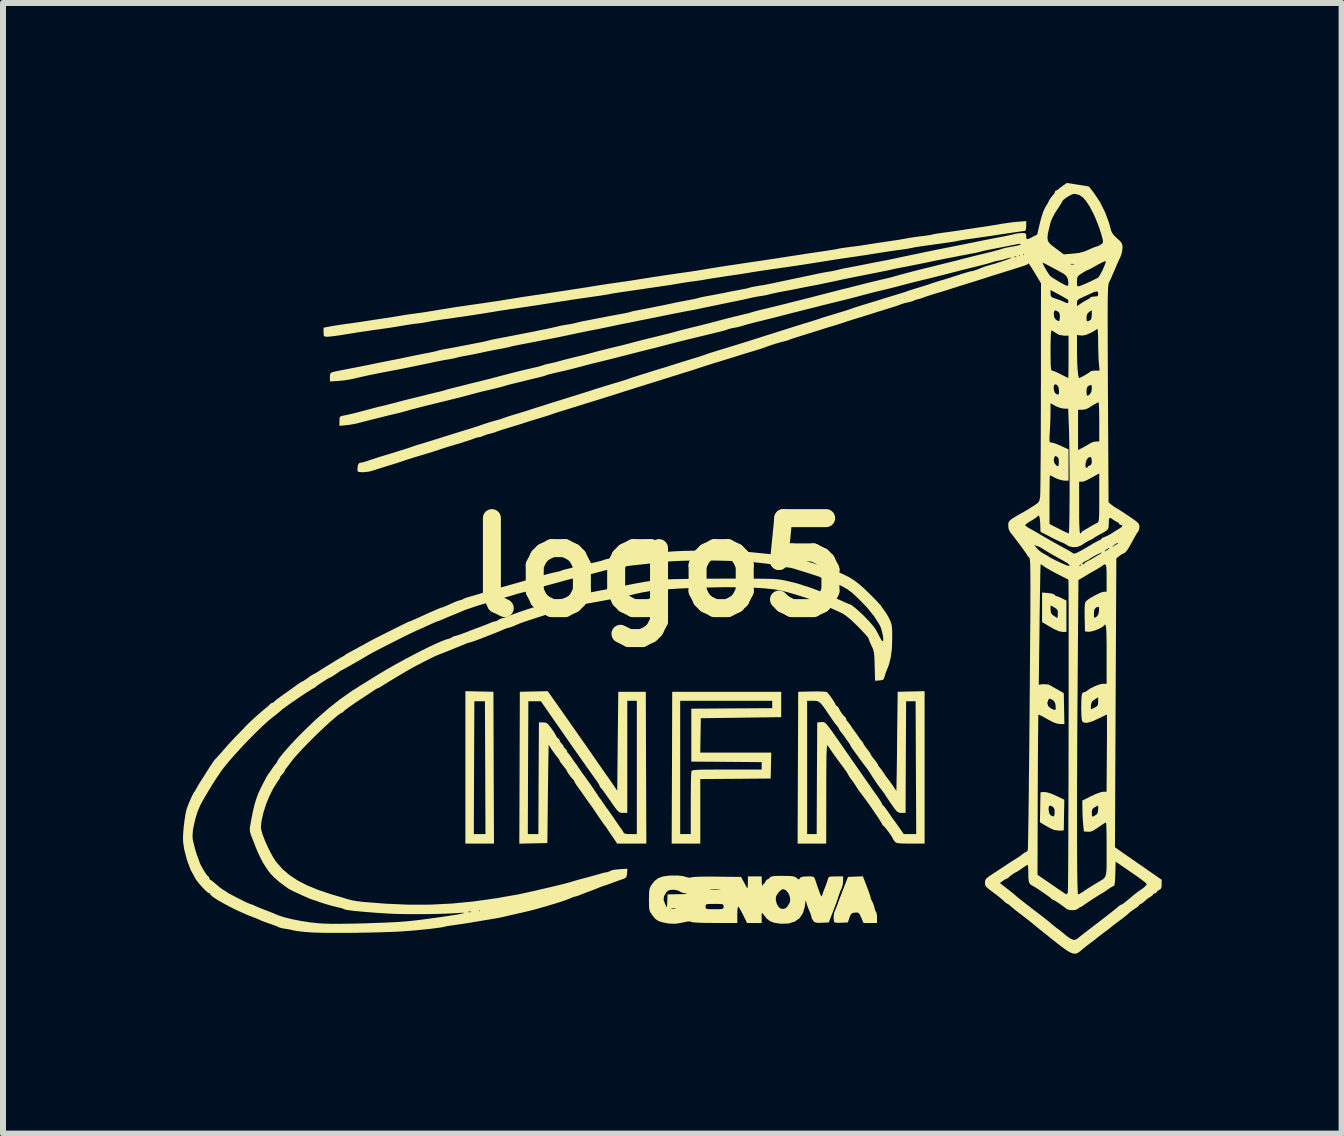
<source format=kicad_pcb>
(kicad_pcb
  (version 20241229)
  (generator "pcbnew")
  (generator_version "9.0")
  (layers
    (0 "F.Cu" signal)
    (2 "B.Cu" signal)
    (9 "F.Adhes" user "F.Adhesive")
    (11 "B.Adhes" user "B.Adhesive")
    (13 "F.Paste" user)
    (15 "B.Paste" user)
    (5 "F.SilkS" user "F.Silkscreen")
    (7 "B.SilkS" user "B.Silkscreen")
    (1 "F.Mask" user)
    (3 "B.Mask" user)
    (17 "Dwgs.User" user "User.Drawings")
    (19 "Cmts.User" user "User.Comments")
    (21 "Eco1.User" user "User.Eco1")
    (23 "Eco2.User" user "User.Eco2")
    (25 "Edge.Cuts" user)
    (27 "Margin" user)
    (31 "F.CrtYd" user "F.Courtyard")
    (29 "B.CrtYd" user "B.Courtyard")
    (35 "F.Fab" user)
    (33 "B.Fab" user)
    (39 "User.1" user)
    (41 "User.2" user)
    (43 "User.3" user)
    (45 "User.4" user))
  (footprint "logo5"
    (layer "F.Cu")
    (at 7.935 6.408)
    (property "Reference" "logo5" (at 0 0 0) (layer "F.SilkS") (effects (font (size 1.5 1.5) (thickness 0.3))))
    (attr board_only exclude_from_pos_files exclude_from_bom)
    (fp_poly (pts (xy -2.994 2.068) (xy -2.76 2.073) (xy -2.756 3.338) (xy -2.751 4.604) (xy -2.99 4.604) (xy -3.228 4.604) (xy -3.228 4.445) (xy -3.087 4.445) (xy -2.99 4.445) (xy -2.893 4.445) (xy -2.897 3.338) (xy -2.902 2.231) (xy -2.99 2.231) (xy -3.078 2.231) (xy -3.083 3.338) (xy -3.087 4.445) (xy -3.228 4.445) (xy -3.228 3.333) (xy -3.228 2.063)) (stroke (width 0) (type solid)) (fill yes) (layer "F.SilkS"))
    (fp_poly (pts (xy 6.473 3.75) (xy 6.557 3.779) (xy 6.614 3.805) (xy 6.756 3.872) (xy 6.751 4.128) (xy 6.747 4.383) (xy 6.676 4.388) (xy 6.587 4.377) (xy 6.535 4.355) (xy 6.476 4.323) (xy 6.417 4.289) (xy 6.407 4.283) (xy 6.349 4.248) (xy 6.354 4.013) (xy 6.494 4.013) (xy 6.495 4.043) (xy 6.503 4.096) (xy 6.524 4.127) (xy 6.544 4.14) (xy 6.572 4.152) (xy 6.586 4.145) (xy 6.592 4.113) (xy 6.594 4.09) (xy 6.592 4.034) (xy 6.575 4.001) (xy 6.567 3.994) (xy 6.526 3.97) (xy 6.502 3.976) (xy 6.494 4.013) (xy 6.354 4.013) (xy 6.354 3.998) (xy 6.359 3.748) (xy 6.415 3.743)) (stroke (width 0) (type solid)) (fill yes) (layer "F.SilkS"))
    (fp_poly (pts (xy 6.486 0.427) (xy 6.541 0.435) (xy 6.581 0.447) (xy 6.593 0.456) (xy 6.612 0.475) (xy 6.619 0.476) (xy 6.644 0.484) (xy 6.689 0.502) (xy 6.714 0.515) (xy 6.791 0.553) (xy 6.791 0.815) (xy 6.791 1.076) (xy 6.725 1.075) (xy 6.667 1.064) (xy 6.592 1.032) (xy 6.522 0.993) (xy 6.385 0.912) (xy 6.385 0.703) (xy 6.526 0.703) (xy 6.531 0.754) (xy 6.553 0.786) (xy 6.584 0.809) (xy 6.641 0.846) (xy 6.647 0.792) (xy 6.648 0.745) (xy 6.643 0.714) (xy 6.622 0.69) (xy 6.584 0.664) (xy 6.58 0.662) (xy 6.526 0.634) (xy 6.526 0.703) (xy 6.385 0.703) (xy 6.385 0.666) (xy 6.385 0.419)) (stroke (width 0) (type solid)) (fill yes) (layer "F.SilkS"))
    (fp_poly (pts (xy 3.463 5.316) (xy 3.49 5.388) (xy 3.512 5.45) (xy 3.525 5.493) (xy 3.528 5.506) (xy 3.537 5.539) (xy 3.553 5.566) (xy 3.573 5.608) (xy 3.589 5.662) (xy 3.59 5.668) (xy 3.602 5.713) (xy 3.615 5.74) (xy 3.618 5.743) (xy 3.627 5.765) (xy 3.633 5.809) (xy 3.634 5.84) (xy 3.634 5.927) (xy 3.521 5.927) (xy 3.409 5.927) (xy 3.37 5.837) (xy 3.347 5.786) (xy 3.327 5.761) (xy 3.302 5.752) (xy 3.267 5.754) (xy 3.226 5.76) (xy 3.202 5.778) (xy 3.183 5.815) (xy 3.175 5.838) (xy 3.148 5.918) (xy 3.041 5.923) (xy 2.983 5.924) (xy 2.94 5.921) (xy 2.923 5.916) (xy 2.914 5.888) (xy 2.911 5.841) (xy 2.914 5.788) (xy 2.923 5.746) (xy 2.927 5.737) (xy 2.941 5.704) (xy 2.962 5.651) (xy 2.978 5.609) (xy 2.999 5.55) (xy 3.029 5.471) (xy 3.062 5.384) (xy 3.081 5.336) (xy 3.15 5.159) (xy 3.274 5.154) (xy 3.398 5.149)) (stroke (width 0) (type solid)) (fill yes) (layer "F.SilkS"))
    (fp_poly (pts (xy 2.037 2.284) (xy 2.037 2.496) (xy 1.367 2.505) (xy 0.697 2.514) (xy 0.692 2.8) (xy 0.687 3.087) (xy 1.279 3.087) (xy 1.871 3.087) (xy 1.866 3.303) (xy 1.861 3.519) (xy 1.274 3.524) (xy 0.688 3.528) (xy 0.688 4.066) (xy 0.688 4.604) (xy 0.45 4.604) (xy 0.211 4.604) (xy 0.216 3.338) (xy 0.216 3.334) (xy 0.353 3.334) (xy 0.353 4.445) (xy 0.441 4.445) (xy 0.529 4.445) (xy 0.529 3.935) (xy 0.53 3.803) (xy 0.531 3.682) (xy 0.532 3.576) (xy 0.534 3.491) (xy 0.537 3.43) (xy 0.539 3.399) (xy 0.54 3.397) (xy 0.546 3.389) (xy 0.56 3.383) (xy 0.587 3.378) (xy 0.628 3.375) (xy 0.688 3.372) (xy 0.771 3.37) (xy 0.879 3.37) (xy 1.017 3.369) (xy 1.131 3.369) (xy 1.711 3.369) (xy 1.711 3.308) (xy 1.711 3.246) (xy 1.124 3.241) (xy 0.538 3.237) (xy 0.538 2.796) (xy 0.538 2.355) (xy 1.213 2.35) (xy 1.887 2.346) (xy 1.887 2.284) (xy 1.887 2.223) (xy 1.12 2.223) (xy 0.353 2.223) (xy 0.353 3.334) (xy 0.216 3.334) (xy 0.22 2.073) (xy 1.129 2.073) (xy 2.037 2.073)) (stroke (width 0) (type solid)) (fill yes) (layer "F.SilkS"))
    (fp_poly (pts (xy -1.708 2.271) (xy -1.652 2.35) (xy -1.601 2.423) (xy -1.558 2.484) (xy -1.53 2.524) (xy -1.525 2.531) (xy -1.495 2.574) (xy -1.455 2.632) (xy -1.42 2.681) (xy -1.363 2.763) (xy -1.292 2.864) (xy -1.215 2.974) (xy -1.138 3.084) (xy -1.069 3.184) (xy -1.051 3.21) (xy -0.998 3.287) (xy -0.938 3.372) (xy -0.891 3.44) (xy -0.842 3.509) (xy -0.793 3.58) (xy -0.753 3.638) (xy -0.753 3.638) (xy -0.697 3.723) (xy -0.688 2.898) (xy -0.679 2.073) (xy -0.45 2.073) (xy -0.22 2.073) (xy -0.216 3.338) (xy -0.211 4.604) (xy -0.454 4.604) (xy -0.697 4.604) (xy -0.776 4.488) (xy -0.816 4.429) (xy -0.85 4.379) (xy -0.871 4.346) (xy -0.873 4.343) (xy -0.899 4.306) (xy -0.91 4.293) (xy -0.928 4.269) (xy -0.96 4.224) (xy -1.001 4.164) (xy -1.034 4.115) (xy -1.078 4.049) (xy -1.117 3.992) (xy -1.145 3.953) (xy -1.155 3.939) (xy -1.174 3.914) (xy -1.205 3.87) (xy -1.235 3.828) (xy -1.28 3.762) (xy -1.329 3.694) (xy -1.354 3.66) (xy -1.386 3.614) (xy -1.407 3.578) (xy -1.411 3.566) (xy -1.422 3.544) (xy -1.424 3.542) (xy -1.442 3.526) (xy -1.471 3.491) (xy -1.501 3.451) (xy -1.525 3.415) (xy -1.535 3.396) (xy -1.544 3.374) (xy -1.552 3.364) (xy -1.606 3.296) (xy -1.64 3.251) (xy -1.656 3.226) (xy -1.658 3.22) (xy -1.668 3.198) (xy -1.676 3.187) (xy -1.706 3.15) (xy -1.744 3.099) (xy -1.781 3.046) (xy -1.814 2.998) (xy -1.834 2.965) (xy -1.839 2.956) (xy -1.84 2.969) (xy -1.841 3.014) (xy -1.842 3.088) (xy -1.844 3.187) (xy -1.846 3.308) (xy -1.848 3.447) (xy -1.85 3.602) (xy -1.852 3.766) (xy -1.861 4.595) (xy -2.095 4.6) (xy -2.329 4.605) (xy -2.328 4.445) (xy -2.187 4.445) (xy -2.099 4.445) (xy -2.011 4.445) (xy -2.007 3.515) (xy -2.002 2.584) (xy -1.934 2.584) (xy -1.897 2.586) (xy -1.868 2.597) (xy -1.84 2.624) (xy -1.803 2.671) (xy -1.789 2.69) (xy -1.752 2.744) (xy -1.725 2.789) (xy -1.712 2.815) (xy -1.712 2.816) (xy -1.697 2.839) (xy -1.685 2.846) (xy -1.661 2.868) (xy -1.658 2.881) (xy -1.646 2.91) (xy -1.623 2.937) (xy -1.596 2.968) (xy -1.587 2.991) (xy -1.573 3.015) (xy -1.561 3.023) (xy -1.538 3.045) (xy -1.535 3.058) (xy -1.527 3.085) (xy -1.521 3.09) (xy -1.505 3.107) (xy -1.477 3.144) (xy -1.455 3.175) (xy -1.424 3.221) (xy -1.401 3.254) (xy -1.393 3.263) (xy -1.379 3.282) (xy -1.353 3.32) (xy -1.332 3.351) (xy -1.301 3.397) (xy -1.278 3.43) (xy -1.27 3.44) (xy -1.255 3.459) (xy -1.225 3.501) (xy -1.185 3.557) (xy -1.14 3.621) (xy -1.095 3.687) (xy -1.055 3.746) (xy -1.025 3.791) (xy -1.014 3.808) (xy -0.995 3.836) (xy -0.988 3.845) (xy -0.974 3.864) (xy -0.947 3.902) (xy -0.926 3.933) (xy -0.895 3.979) (xy -0.872 4.012) (xy -0.864 4.022) (xy -0.847 4.044) (xy -0.811 4.095) (xy -0.757 4.173) (xy -0.703 4.253) (xy -0.665 4.307) (xy -0.635 4.35) (xy -0.618 4.373) (xy -0.616 4.374) (xy -0.602 4.397) (xy -0.595 4.414) (xy -0.581 4.432) (xy -0.55 4.442) (xy -0.495 4.445) (xy -0.477 4.445) (xy -0.37 4.445) (xy -0.37 3.334) (xy -0.37 2.223) (xy -0.45 2.223) (xy -0.529 2.223) (xy -0.529 3.157) (xy -0.529 4.092) (xy -0.598 4.092) (xy -0.625 4.092) (xy -0.648 4.087) (xy -0.67 4.074) (xy -0.696 4.05) (xy -0.728 4.01) (xy -0.771 3.95) (xy -0.829 3.867) (xy -0.856 3.828) (xy -0.901 3.765) (xy -0.938 3.713) (xy -0.965 3.681) (xy -0.974 3.672) (xy -0.988 3.652) (xy -0.988 3.649) (xy -0.997 3.624) (xy -1.02 3.587) (xy -1.022 3.584) (xy -1.096 3.48) (xy -1.171 3.375) (xy -1.242 3.274) (xy -1.307 3.182) (xy -1.36 3.106) (xy -1.399 3.051) (xy -1.411 3.034) (xy -1.437 2.997) (xy -1.479 2.937) (xy -1.534 2.857) (xy -1.599 2.764) (xy -1.67 2.662) (xy -1.718 2.593) (xy -1.969 2.231) (xy -2.074 2.231) (xy -2.178 2.231) (xy -2.183 3.338) (xy -2.187 4.445) (xy -2.328 4.445) (xy -2.324 3.339) (xy -2.32 2.073) (xy -2.087 2.068) (xy -1.855 2.063)) (stroke (width 0) (type solid)) (fill yes) (layer "F.SilkS"))
    (fp_poly (pts (xy 4.427 3.333) (xy 4.427 4.604) (xy 4.193 4.604) (xy 4.097 4.603) (xy 4.03 4.601) (xy 3.985 4.597) (xy 3.957 4.59) (xy 3.938 4.578) (xy 3.929 4.568) (xy 3.906 4.538) (xy 3.898 4.523) (xy 3.888 4.501) (xy 3.863 4.462) (xy 3.83 4.415) (xy 3.794 4.367) (xy 3.762 4.328) (xy 3.741 4.306) (xy 3.737 4.304) (xy 3.722 4.291) (xy 3.722 4.288) (xy 3.712 4.266) (xy 3.685 4.221) (xy 3.644 4.158) (xy 3.593 4.083) (xy 3.537 4.001) (xy 3.477 3.917) (xy 3.419 3.837) (xy 3.366 3.766) (xy 3.338 3.731) (xy 3.32 3.705) (xy 3.293 3.663) (xy 3.283 3.646) (xy 3.253 3.6) (xy 3.228 3.564) (xy 3.222 3.557) (xy 3.185 3.508) (xy 3.151 3.452) (xy 3.145 3.44) (xy 3.13 3.414) (xy 3.098 3.369) (xy 3.057 3.313) (xy 3.044 3.295) (xy 2.992 3.226) (xy 2.939 3.153) (xy 2.895 3.091) (xy 2.893 3.088) (xy 2.856 3.034) (xy 2.825 2.989) (xy 2.81 2.967) (xy 2.804 2.967) (xy 2.8 2.982) (xy 2.797 3.016) (xy 2.794 3.07) (xy 2.791 3.148) (xy 2.79 3.251) (xy 2.789 3.382) (xy 2.788 3.543) (xy 2.788 3.737) (xy 2.788 3.77) (xy 2.787 4.604) (xy 2.549 4.604) (xy 2.31 4.604) (xy 2.315 3.338) (xy 2.315 3.334) (xy 2.469 3.334) (xy 2.469 4.445) (xy 2.549 4.445) (xy 2.628 4.445) (xy 2.632 3.515) (xy 2.637 2.584) (xy 2.702 2.579) (xy 2.722 2.577) (xy 2.74 2.578) (xy 2.758 2.585) (xy 2.779 2.6) (xy 2.804 2.627) (xy 2.837 2.669) (xy 2.881 2.728) (xy 2.937 2.808) (xy 3.01 2.912) (xy 3.069 2.998) (xy 3.208 3.199) (xy 3.333 3.377) (xy 3.44 3.532) (xy 3.53 3.66) (xy 3.533 3.664) (xy 3.581 3.733) (xy 3.633 3.806) (xy 3.66 3.845) (xy 3.693 3.895) (xy 3.715 3.934) (xy 3.722 3.951) (xy 3.732 3.968) (xy 3.735 3.969) (xy 3.75 3.982) (xy 3.779 4.019) (xy 3.816 4.071) (xy 3.828 4.088) (xy 3.866 4.144) (xy 3.897 4.189) (xy 3.915 4.213) (xy 3.917 4.216) (xy 3.931 4.234) (xy 3.959 4.273) (xy 3.996 4.325) (xy 4.003 4.335) (xy 4.08 4.445) (xy 4.183 4.445) (xy 4.287 4.445) (xy 4.282 3.338) (xy 4.277 2.231) (xy 4.198 2.231) (xy 4.119 2.231) (xy 4.114 3.162) (xy 4.11 4.092) (xy 4.043 4.092) (xy 4.01 4.09) (xy 3.984 4.081) (xy 3.958 4.06) (xy 3.926 4.02) (xy 3.88 3.956) (xy 3.88 3.956) (xy 3.837 3.894) (xy 3.803 3.843) (xy 3.781 3.809) (xy 3.776 3.801) (xy 3.762 3.778) (xy 3.733 3.739) (xy 3.713 3.713) (xy 3.64 3.615) (xy 3.561 3.496) (xy 3.521 3.432) (xy 3.491 3.387) (xy 3.45 3.33) (xy 3.424 3.296) (xy 3.384 3.244) (xy 3.349 3.197) (xy 3.334 3.175) (xy 3.308 3.138) (xy 3.271 3.088) (xy 3.25 3.059) (xy 3.218 3.015) (xy 3.197 2.982) (xy 3.193 2.972) (xy 3.183 2.951) (xy 3.162 2.92) (xy 3.128 2.873) (xy 3.104 2.839) (xy 3.074 2.797) (xy 3.038 2.751) (xy 3.012 2.716) (xy 2.999 2.693) (xy 2.999 2.691) (xy 2.989 2.67) (xy 2.977 2.653) (xy 2.948 2.619) (xy 2.937 2.606) (xy 2.92 2.582) (xy 2.888 2.537) (xy 2.848 2.478) (xy 2.824 2.443) (xy 2.767 2.358) (xy 2.723 2.299) (xy 2.689 2.26) (xy 2.658 2.237) (xy 2.626 2.226) (xy 2.587 2.223) (xy 2.563 2.223) (xy 2.469 2.223) (xy 2.469 3.334) (xy 2.315 3.334) (xy 2.32 2.073) (xy 2.549 2.068) (xy 2.636 2.067) (xy 2.711 2.069) (xy 2.767 2.072) (xy 2.796 2.076) (xy 2.797 2.077) (xy 2.819 2.099) (xy 2.851 2.14) (xy 2.886 2.19) (xy 2.918 2.239) (xy 2.94 2.277) (xy 2.946 2.293) (xy 2.959 2.31) (xy 2.964 2.311) (xy 2.985 2.325) (xy 2.994 2.342) (xy 3.015 2.384) (xy 3.047 2.433) (xy 3.08 2.474) (xy 3.1 2.492) (xy 3.12 2.52) (xy 3.122 2.531) (xy 3.13 2.556) (xy 3.135 2.561) (xy 3.152 2.578) (xy 3.18 2.615) (xy 3.201 2.646) (xy 3.232 2.692) (xy 3.256 2.724) (xy 3.263 2.734) (xy 3.277 2.753) (xy 3.304 2.791) (xy 3.325 2.822) (xy 3.357 2.868) (xy 3.382 2.899) (xy 3.391 2.907) (xy 3.404 2.928) (xy 3.404 2.931) (xy 3.415 2.953) (xy 3.442 2.993) (xy 3.466 3.024) (xy 3.5 3.068) (xy 3.523 3.101) (xy 3.528 3.113) (xy 3.538 3.134) (xy 3.565 3.171) (xy 3.59 3.203) (xy 3.624 3.247) (xy 3.646 3.282) (xy 3.651 3.296) (xy 3.662 3.318) (xy 3.664 3.319) (xy 3.681 3.336) (xy 3.709 3.373) (xy 3.731 3.404) (xy 3.763 3.452) (xy 3.788 3.489) (xy 3.797 3.501) (xy 3.839 3.556) (xy 3.881 3.614) (xy 3.918 3.668) (xy 3.945 3.709) (xy 3.955 3.729) (xy 3.956 3.716) (xy 3.958 3.671) (xy 3.959 3.597) (xy 3.961 3.498) (xy 3.963 3.377) (xy 3.965 3.237) (xy 3.967 3.082) (xy 3.968 2.915) (xy 3.968 2.91) (xy 3.978 2.073) (xy 4.202 2.068) (xy 4.427 2.063)) (stroke (width 0) (type solid)) (fill yes) (layer "F.SilkS"))
    (fp_poly (pts (xy 0.397 5.145) (xy 0.44 5.157) (xy 0.503 5.173) (xy 0.538 5.168) (xy 0.539 5.167) (xy 0.564 5.162) (xy 0.62 5.158) (xy 0.704 5.155) (xy 0.812 5.154) (xy 0.941 5.154) (xy 0.963 5.155) (xy 1.367 5.159) (xy 1.406 5.23) (xy 1.434 5.281) (xy 1.457 5.325) (xy 1.463 5.336) (xy 1.472 5.347) (xy 1.478 5.331) (xy 1.48 5.284) (xy 1.481 5.261) (xy 1.482 5.151) (xy 1.596 5.151) (xy 1.711 5.151) (xy 1.713 5.243) (xy 1.715 5.288) (xy 1.72 5.309) (xy 1.723 5.305) (xy 1.737 5.279) (xy 1.746 5.274) (xy 1.763 5.259) (xy 1.773 5.239) (xy 1.79 5.21) (xy 1.803 5.203) (xy 1.827 5.191) (xy 1.844 5.173) (xy 1.859 5.159) (xy 1.885 5.15) (xy 1.928 5.144) (xy 1.994 5.142) (xy 2.06 5.142) (xy 2.148 5.143) (xy 2.208 5.146) (xy 2.248 5.152) (xy 2.275 5.163) (xy 2.293 5.177) (xy 2.321 5.199) (xy 2.337 5.198) (xy 2.348 5.181) (xy 2.367 5.163) (xy 2.403 5.154) (xy 2.464 5.151) (xy 2.475 5.151) (xy 2.535 5.151) (xy 2.57 5.157) (xy 2.588 5.171) (xy 2.601 5.199) (xy 2.604 5.208) (xy 2.64 5.314) (xy 2.667 5.391) (xy 2.686 5.442) (xy 2.699 5.471) (xy 2.708 5.482) (xy 2.714 5.479) (xy 2.719 5.465) (xy 2.732 5.426) (xy 2.753 5.369) (xy 2.77 5.327) (xy 2.792 5.267) (xy 2.81 5.214) (xy 2.817 5.19) (xy 2.825 5.169) (xy 2.842 5.157) (xy 2.877 5.152) (xy 2.937 5.151) (xy 2.948 5.151) (xy 3.069 5.151) (xy 3.069 5.226) (xy 3.063 5.286) (xy 3.047 5.341) (xy 3.043 5.35) (xy 3.019 5.405) (xy 3 5.456) (xy 2.98 5.519) (xy 2.955 5.592) (xy 2.93 5.661) (xy 2.912 5.706) (xy 2.898 5.743) (xy 2.876 5.797) (xy 2.864 5.83) (xy 2.83 5.918) (xy 2.716 5.923) (xy 2.651 5.925) (xy 2.612 5.92) (xy 2.586 5.907) (xy 2.571 5.89) (xy 2.548 5.852) (xy 2.54 5.823) (xy 2.532 5.788) (xy 2.514 5.744) (xy 2.492 5.694) (xy 2.47 5.633) (xy 2.466 5.621) (xy 2.445 5.547) (xy 2.43 5.656) (xy 2.399 5.763) (xy 2.344 5.845) (xy 2.264 5.903) (xy 2.162 5.935) (xy 2.037 5.94) (xy 2.015 5.938) (xy 1.922 5.924) (xy 1.853 5.898) (xy 1.796 5.854) (xy 1.741 5.786) (xy 1.741 5.785) (xy 1.723 5.762) (xy 1.715 5.76) (xy 1.711 5.784) (xy 1.711 5.835) (xy 1.711 5.927) (xy 1.589 5.927) (xy 1.467 5.927) (xy 1.402 5.794) (xy 1.37 5.732) (xy 1.342 5.683) (xy 1.324 5.655) (xy 1.321 5.652) (xy 1.314 5.664) (xy 1.308 5.703) (xy 1.305 5.762) (xy 1.305 5.785) (xy 1.305 5.927) (xy 0.93 5.927) (xy 0.789 5.926) (xy 0.677 5.923) (xy 0.596 5.919) (xy 0.548 5.913) (xy 0.535 5.908) (xy 0.51 5.9) (xy 0.459 5.905) (xy 0.41 5.917) (xy 0.28 5.94) (xy 0.156 5.936) (xy 0.053 5.915) (xy -0.01 5.894) (xy -0.055 5.864) (xy -0.098 5.817) (xy -0.106 5.806) (xy -0.133 5.768) (xy -0.151 5.737) (xy -0.161 5.703) (xy -0.163 5.69) (xy 0.198 5.69) (xy 0.219 5.692) (xy 0.238 5.693) (xy 0.274 5.691) (xy 0.284 5.687) (xy 0.278 5.685) (xy 0.236 5.682) (xy 0.207 5.685) (xy 0.198 5.69) (xy -0.163 5.69) (xy -0.166 5.657) (xy -0.167 5.59) (xy -0.168 5.543) (xy 0.077 5.543) (xy 0.099 5.606) (xy 0.132 5.669) (xy 0.133 5.653) (xy 0.776 5.653) (xy 0.777 5.675) (xy 0.786 5.688) (xy 0.809 5.694) (xy 0.854 5.697) (xy 0.926 5.697) (xy 0.999 5.697) (xy 1.043 5.694) (xy 1.066 5.688) (xy 1.075 5.674) (xy 1.076 5.653) (xy 1.075 5.632) (xy 1.066 5.619) (xy 1.043 5.612) (xy 0.998 5.61) (xy 0.926 5.609) (xy 0.853 5.61) (xy 0.809 5.612) (xy 0.786 5.619) (xy 0.777 5.632) (xy 0.776 5.653) (xy 0.133 5.653) (xy 0.138 5.56) (xy 0.14 5.499) (xy 1.947 5.499) (xy 1.948 5.551) (xy 1.964 5.608) (xy 1.99 5.656) (xy 2.021 5.684) (xy 2.026 5.685) (xy 2.072 5.693) (xy 2.106 5.683) (xy 2.142 5.649) (xy 2.18 5.586) (xy 2.187 5.538) (xy 2.176 5.475) (xy 2.148 5.418) (xy 2.11 5.378) (xy 2.069 5.362) (xy 2.035 5.376) (xy 1.997 5.412) (xy 1.964 5.458) (xy 1.947 5.499) (xy 0.14 5.499) (xy 0.143 5.45) (xy 0.34 5.447) (xy 0.41 5.446) (xy 0.456 5.443) (xy 0.474 5.44) (xy 0.46 5.437) (xy 0.459 5.437) (xy 0.403 5.427) (xy 0.358 5.409) (xy 0.348 5.402) (xy 0.31 5.384) (xy 0.252 5.373) (xy 0.237 5.373) (xy 0.181 5.376) (xy 0.146 5.391) (xy 0.122 5.415) (xy 0.083 5.481) (xy 0.077 5.543) (xy -0.168 5.543) (xy -0.168 5.539) (xy -0.167 5.453) (xy -0.163 5.394) (xy -0.159 5.37) (xy 0.842 5.37) (xy 0.857 5.372) (xy 0.899 5.373) (xy 0.935 5.374) (xy 0.992 5.373) (xy 1.023 5.371) (xy 1.024 5.369) (xy 1.01 5.367) (xy 0.94 5.364) (xy 0.867 5.366) (xy 0.86 5.367) (xy 0.842 5.37) (xy -0.159 5.37) (xy -0.156 5.352) (xy -0.143 5.32) (xy -0.125 5.29) (xy -0.071 5.224) (xy -0.012 5.179) (xy 0.063 5.152) (xy 0.16 5.138) (xy 0.203 5.136) (xy 0.313 5.136)) (stroke (width 0) (type solid)) (fill yes) (layer "F.SilkS"))
    (fp_poly (pts (xy 6.121 -5.691) (xy 6.116 -5.634) (xy 6.103 -5.61) (xy 6.099 -5.609) (xy 6.073 -5.606) (xy 6.02 -5.599) (xy 5.951 -5.589) (xy 5.9 -5.582) (xy 5.799 -5.567) (xy 5.686 -5.55) (xy 5.581 -5.534) (xy 5.556 -5.53) (xy 5.462 -5.516) (xy 5.351 -5.5) (xy 5.242 -5.484) (xy 5.195 -5.478) (xy 5.114 -5.466) (xy 5.045 -5.455) (xy 4.995 -5.446) (xy 4.975 -5.442) (xy 4.943 -5.435) (xy 4.875 -5.424) (xy 4.773 -5.409) (xy 4.637 -5.39) (xy 4.465 -5.366) (xy 4.436 -5.362) (xy 4.357 -5.351) (xy 4.279 -5.338) (xy 4.219 -5.327) (xy 4.216 -5.326) (xy 4.157 -5.315) (xy 4.08 -5.302) (xy 4.004 -5.292) (xy 3.933 -5.282) (xy 3.84 -5.269) (xy 3.737 -5.253) (xy 3.642 -5.238) (xy 3.536 -5.221) (xy 3.424 -5.203) (xy 3.319 -5.188) (xy 3.246 -5.177) (xy 3.174 -5.167) (xy 3.107 -5.157) (xy 3.037 -5.147) (xy 2.957 -5.134) (xy 2.859 -5.119) (xy 2.738 -5.099) (xy 2.672 -5.089) (xy 2.439 -5.052) (xy 2.206 -5.017) (xy 2.081 -4.999) (xy 1.936 -4.978) (xy 1.816 -4.961) (xy 1.716 -4.946) (xy 1.625 -4.932) (xy 1.536 -4.918) (xy 1.508 -4.913) (xy 1.428 -4.9) (xy 1.326 -4.884) (xy 1.215 -4.868) (xy 1.107 -4.852) (xy 1.102 -4.851) (xy 1.004 -4.836) (xy 0.911 -4.822) (xy 0.831 -4.809) (xy 0.775 -4.799) (xy 0.767 -4.798) (xy 0.692 -4.785) (xy 0.612 -4.774) (xy 0.591 -4.771) (xy 0.53 -4.763) (xy 0.451 -4.752) (xy 0.367 -4.738) (xy 0.353 -4.736) (xy 0.261 -4.72) (xy 0.162 -4.704) (xy 0.075 -4.691) (xy 0.071 -4.691) (xy -0.013 -4.678) (xy -0.111 -4.664) (xy -0.207 -4.65) (xy -0.22 -4.648) (xy -0.31 -4.634) (xy -0.417 -4.619) (xy -0.524 -4.603) (xy -0.573 -4.596) (xy -0.657 -4.584) (xy -0.731 -4.573) (xy -0.787 -4.563) (xy -0.811 -4.558) (xy -0.847 -4.551) (xy -0.908 -4.541) (xy -0.985 -4.529) (xy -1.041 -4.521) (xy -1.25 -4.491) (xy -1.45 -4.462) (xy -1.66 -4.429) (xy -1.782 -4.41) (xy -2.068 -4.365) (xy -2.325 -4.327) (xy -2.469 -4.306) (xy -2.553 -4.293) (xy -2.651 -4.278) (xy -2.746 -4.263) (xy -2.76 -4.26) (xy -2.917 -4.235) (xy -3.095 -4.207) (xy -3.281 -4.179) (xy -3.461 -4.153) (xy -3.621 -4.131) (xy -3.642 -4.128) (xy -3.721 -4.116) (xy -3.797 -4.104) (xy -3.854 -4.093) (xy -3.858 -4.092) (xy -3.92 -4.08) (xy -3.995 -4.069) (xy -4.034 -4.065) (xy -4.106 -4.056) (xy -4.192 -4.043) (xy -4.269 -4.03) (xy -4.336 -4.019) (xy -4.427 -4.004) (xy -4.531 -3.988) (xy -4.638 -3.973) (xy -4.665 -3.969) (xy -4.775 -3.954) (xy -4.888 -3.937) (xy -4.992 -3.922) (xy -5.075 -3.909) (xy -5.089 -3.906) (xy -5.224 -3.885) (xy -5.328 -3.868) (xy -5.408 -3.857) (xy -5.467 -3.85) (xy -5.51 -3.846) (xy -5.536 -3.845) (xy -5.571 -3.848) (xy -5.587 -3.861) (xy -5.591 -3.895) (xy -5.592 -3.921) (xy -5.592 -3.996) (xy -5.472 -4.019) (xy -5.386 -4.033) (xy -5.29 -4.048) (xy -5.229 -4.057) (xy -5.153 -4.067) (xy -5.059 -4.08) (xy -4.965 -4.094) (xy -4.939 -4.098) (xy -4.843 -4.113) (xy -4.731 -4.13) (xy -4.623 -4.146) (xy -4.586 -4.152) (xy -4.495 -4.165) (xy -4.404 -4.18) (xy -4.326 -4.193) (xy -4.295 -4.198) (xy -4.218 -4.211) (xy -4.129 -4.224) (xy -4.066 -4.232) (xy -3.98 -4.244) (xy -3.887 -4.257) (xy -3.828 -4.267) (xy -3.648 -4.297) (xy -3.484 -4.324) (xy -3.343 -4.346) (xy -3.263 -4.357) (xy -3.182 -4.369) (xy -3.084 -4.383) (xy -2.987 -4.397) (xy -2.963 -4.4) (xy -2.872 -4.414) (xy -2.783 -4.427) (xy -2.688 -4.441) (xy -2.578 -4.459) (xy -2.445 -4.48) (xy -2.39 -4.489) (xy -2.298 -4.504) (xy -2.198 -4.519) (xy -2.111 -4.532) (xy -2.099 -4.534) (xy -2.016 -4.546) (xy -1.917 -4.56) (xy -1.822 -4.575) (xy -1.808 -4.577) (xy -1.715 -4.591) (xy -1.616 -4.606) (xy -1.529 -4.619) (xy -1.517 -4.621) (xy -1.434 -4.634) (xy -1.335 -4.649) (xy -1.24 -4.664) (xy -1.226 -4.666) (xy -1.079 -4.69) (xy -0.958 -4.709) (xy -0.854 -4.725) (xy -0.757 -4.739) (xy -0.659 -4.753) (xy -0.653 -4.754) (xy -0.567 -4.766) (xy -0.461 -4.782) (xy -0.348 -4.8) (xy -0.247 -4.816) (xy 0.022 -4.858) (xy 0.267 -4.894) (xy 0.45 -4.92) (xy 0.54 -4.933) (xy 0.643 -4.949) (xy 0.738 -4.964) (xy 0.741 -4.965) (xy 0.831 -4.98) (xy 0.922 -4.995) (xy 1.021 -5.011) (xy 1.132 -5.028) (xy 1.261 -5.047) (xy 1.413 -5.07) (xy 1.592 -5.097) (xy 1.658 -5.106) (xy 1.743 -5.119) (xy 1.849 -5.135) (xy 1.963 -5.152) (xy 2.064 -5.168) (xy 2.22 -5.192) (xy 2.345 -5.211) (xy 2.445 -5.227) (xy 2.525 -5.239) (xy 2.589 -5.248) (xy 2.641 -5.256) (xy 2.687 -5.263) (xy 2.731 -5.269) (xy 2.76 -5.274) (xy 2.84 -5.286) (xy 2.918 -5.298) (xy 2.977 -5.31) (xy 2.981 -5.311) (xy 3.037 -5.321) (xy 3.114 -5.332) (xy 3.195 -5.343) (xy 3.21 -5.345) (xy 3.293 -5.355) (xy 3.375 -5.366) (xy 3.44 -5.377) (xy 3.448 -5.378) (xy 3.498 -5.386) (xy 3.573 -5.398) (xy 3.666 -5.412) (xy 3.766 -5.427) (xy 3.801 -5.432) (xy 3.901 -5.447) (xy 3.994 -5.461) (xy 4.072 -5.474) (xy 4.127 -5.484) (xy 4.14 -5.486) (xy 4.192 -5.496) (xy 4.266 -5.507) (xy 4.348 -5.518) (xy 4.376 -5.521) (xy 4.449 -5.53) (xy 4.508 -5.539) (xy 4.545 -5.546) (xy 4.552 -5.548) (xy 4.575 -5.554) (xy 4.624 -5.563) (xy 4.693 -5.573) (xy 4.757 -5.582) (xy 4.86 -5.596) (xy 4.972 -5.612) (xy 5.077 -5.628) (xy 5.115 -5.634) (xy 5.209 -5.648) (xy 5.308 -5.663) (xy 5.396 -5.676) (xy 5.415 -5.679) (xy 5.5 -5.692) (xy 5.6 -5.708) (xy 5.692 -5.724) (xy 5.697 -5.725) (xy 5.79 -5.739) (xy 5.891 -5.753) (xy 5.98 -5.762) (xy 5.984 -5.762) (xy 6.121 -5.773)) (stroke (width 0) (type solid)) (fill yes) (layer "F.SilkS"))
    (fp_poly (pts (xy 1.019 -0.278) (xy 1.165 -0.275) (xy 1.293 -0.271) (xy 1.395 -0.265) (xy 1.402 -0.265) (xy 1.515 -0.255) (xy 1.632 -0.244) (xy 1.748 -0.232) (xy 1.857 -0.221) (xy 1.954 -0.21) (xy 2.033 -0.2) (xy 2.089 -0.192) (xy 2.116 -0.186) (xy 2.117 -0.185) (xy 2.14 -0.177) (xy 2.189 -0.166) (xy 2.253 -0.153) (xy 2.261 -0.151) (xy 2.331 -0.137) (xy 2.396 -0.121) (xy 2.464 -0.103) (xy 2.542 -0.079) (xy 2.637 -0.048) (xy 2.756 -0.007) (xy 2.796 0.007) (xy 2.942 0.061) (xy 3.062 0.11) (xy 3.164 0.16) (xy 3.254 0.216) (xy 3.34 0.282) (xy 3.43 0.362) (xy 3.52 0.45) (xy 3.585 0.515) (xy 3.64 0.572) (xy 3.68 0.616) (xy 3.702 0.641) (xy 3.704 0.645) (xy 3.715 0.664) (xy 3.741 0.699) (xy 3.751 0.712) (xy 3.785 0.76) (xy 3.822 0.823) (xy 3.843 0.864) (xy 3.862 0.907) (xy 3.874 0.945) (xy 3.882 0.989) (xy 3.886 1.045) (xy 3.887 1.122) (xy 3.887 1.199) (xy 3.881 1.368) (xy 3.861 1.509) (xy 3.829 1.632) (xy 3.793 1.72) (xy 3.777 1.762) (xy 3.762 1.814) (xy 3.761 1.817) (xy 3.748 1.857) (xy 3.727 1.876) (xy 3.685 1.883) (xy 3.674 1.884) (xy 3.601 1.889) (xy 3.595 1.646) (xy 3.592 1.546) (xy 3.588 1.473) (xy 3.582 1.419) (xy 3.572 1.377) (xy 3.557 1.337) (xy 3.541 1.304) (xy 3.515 1.248) (xy 3.498 1.204) (xy 3.493 1.184) (xy 3.481 1.164) (xy 3.448 1.125) (xy 3.399 1.072) (xy 3.338 1.008) (xy 3.312 0.981) (xy 3.206 0.88) (xy 3.12 0.808) (xy 3.052 0.764) (xy 3.043 0.76) (xy 2.98 0.731) (xy 2.903 0.696) (xy 2.831 0.662) (xy 2.765 0.632) (xy 2.706 0.607) (xy 2.666 0.592) (xy 2.663 0.591) (xy 2.623 0.576) (xy 2.602 0.564) (xy 2.574 0.551) (xy 2.52 0.531) (xy 2.446 0.506) (xy 2.359 0.478) (xy 2.267 0.45) (xy 2.177 0.423) (xy 2.095 0.401) (xy 2.046 0.389) (xy 1.918 0.366) (xy 1.756 0.349) (xy 1.561 0.337) (xy 1.332 0.331) (xy 1.072 0.33) (xy 0.78 0.336) (xy 0.75 0.336) (xy 0.514 0.344) (xy 0.309 0.354) (xy 0.131 0.366) (xy -0.025 0.38) (xy -0.162 0.397) (xy -0.285 0.418) (xy -0.398 0.443) (xy -0.45 0.456) (xy -0.507 0.469) (xy -0.591 0.488) (xy -0.696 0.509) (xy -0.813 0.532) (xy -0.937 0.556) (xy -1.059 0.578) (xy -1.173 0.598) (xy -1.197 0.603) (xy -1.257 0.615) (xy -1.305 0.628) (xy -1.322 0.635) (xy -1.356 0.646) (xy -1.411 0.658) (xy -1.444 0.663) (xy -1.497 0.672) (xy -1.535 0.684) (xy -1.545 0.69) (xy -1.569 0.704) (xy -1.584 0.705) (xy -1.606 0.708) (xy -1.645 0.717) (xy -1.703 0.733) (xy -1.783 0.757) (xy -1.89 0.791) (xy -2.025 0.835) (xy -2.073 0.85) (xy -2.166 0.88) (xy -2.234 0.903) (xy -2.285 0.921) (xy -2.328 0.937) (xy -2.371 0.955) (xy -2.422 0.977) (xy -2.468 0.995) (xy -2.501 1.005) (xy -2.506 1.005) (xy -2.532 1.012) (xy -2.577 1.029) (xy -2.598 1.038) (xy -2.678 1.072) (xy -2.768 1.108) (xy -2.862 1.145) (xy -2.953 1.181) (xy -3.034 1.211) (xy -3.1 1.235) (xy -3.144 1.249) (xy -3.159 1.252) (xy -3.187 1.259) (xy -3.23 1.276) (xy -3.234 1.277) (xy -3.272 1.294) (xy -3.336 1.32) (xy -3.418 1.353) (xy -3.511 1.391) (xy -3.607 1.429) (xy -3.7 1.466) (xy -3.713 1.471) (xy -3.75 1.488) (xy -3.809 1.517) (xy -3.882 1.554) (xy -3.949 1.588) (xy -4.039 1.635) (xy -4.106 1.671) (xy -4.161 1.702) (xy -4.213 1.731) (xy -4.271 1.765) (xy -4.322 1.796) (xy -4.379 1.83) (xy -4.428 1.859) (xy -4.454 1.875) (xy -4.488 1.895) (xy -4.539 1.927) (xy -4.58 1.953) (xy -4.63 1.984) (xy -4.667 2.005) (xy -4.682 2.011) (xy -4.703 2.02) (xy -4.739 2.042) (xy -4.741 2.044) (xy -4.772 2.064) (xy -4.826 2.101) (xy -4.897 2.147) (xy -4.979 2.201) (xy -5.023 2.23) (xy -5.102 2.283) (xy -5.17 2.331) (xy -5.221 2.369) (xy -5.251 2.393) (xy -5.256 2.4) (xy -5.27 2.416) (xy -5.276 2.417) (xy -5.303 2.429) (xy -5.35 2.463) (xy -5.414 2.516) (xy -5.492 2.584) (xy -5.578 2.663) (xy -5.669 2.749) (xy -5.763 2.84) (xy -5.854 2.932) (xy -5.939 3.02) (xy -6.015 3.102) (xy -6.078 3.173) (xy -6.115 3.219) (xy -6.159 3.277) (xy -6.197 3.326) (xy -6.221 3.358) (xy -6.226 3.364) (xy -6.242 3.392) (xy -6.244 3.401) (xy -6.256 3.423) (xy -6.279 3.448) (xy -6.306 3.478) (xy -6.315 3.496) (xy -6.324 3.52) (xy -6.349 3.558) (xy -6.357 3.569) (xy -6.425 3.675) (xy -6.49 3.802) (xy -6.547 3.94) (xy -6.592 4.08) (xy -6.623 4.211) (xy -6.636 4.325) (xy -6.636 4.33) (xy -6.628 4.384) (xy -6.605 4.461) (xy -6.57 4.552) (xy -6.527 4.649) (xy -6.479 4.746) (xy -6.43 4.835) (xy -6.382 4.907) (xy -6.371 4.921) (xy -6.273 5.031) (xy -6.158 5.129) (xy -6.024 5.218) (xy -5.867 5.299) (xy -5.682 5.375) (xy -5.468 5.447) (xy -5.397 5.468) (xy -5.319 5.491) (xy -5.242 5.514) (xy -5.181 5.533) (xy -5.18 5.533) (xy -5.122 5.548) (xy -5.043 5.562) (xy -4.959 5.573) (xy -4.942 5.575) (xy -4.545 5.606) (xy -4.17 5.622) (xy -3.808 5.621) (xy -3.451 5.603) (xy -3.09 5.568) (xy -2.715 5.515) (xy -2.355 5.452) (xy -2.288 5.438) (xy -2.2 5.419) (xy -2.097 5.396) (xy -1.985 5.37) (xy -1.87 5.343) (xy -1.758 5.317) (xy -1.655 5.292) (xy -1.567 5.27) (xy -1.5 5.252) (xy -1.46 5.241) (xy -1.455 5.239) (xy -1.422 5.229) (xy -1.366 5.212) (xy -1.296 5.193) (xy -1.27 5.186) (xy -1.183 5.163) (xy -1.092 5.138) (xy -1.015 5.116) (xy -1.007 5.114) (xy -0.944 5.096) (xy -0.893 5.084) (xy -0.865 5.08) (xy -0.827 5.068) (xy -0.816 5.06) (xy -0.789 5.049) (xy -0.738 5.039) (xy -0.672 5.032) (xy -0.661 5.031) (xy -0.527 5.022) (xy -0.532 5.098) (xy -0.538 5.143) (xy -0.551 5.169) (xy -0.58 5.187) (xy -0.626 5.203) (xy -0.697 5.228) (xy -0.77 5.255) (xy -0.794 5.264) (xy -0.854 5.286) (xy -0.911 5.305) (xy -0.926 5.31) (xy -0.976 5.327) (xy -1.014 5.343) (xy -1.049 5.357) (xy -1.104 5.379) (xy -1.155 5.398) (xy -1.222 5.423) (xy -1.285 5.447) (xy -1.319 5.461) (xy -1.364 5.478) (xy -1.396 5.486) (xy -1.398 5.486) (xy -1.429 5.494) (xy -1.464 5.509) (xy -1.513 5.53) (xy -1.59 5.558) (xy -1.688 5.59) (xy -1.8 5.624) (xy -1.921 5.66) (xy -2.042 5.694) (xy -2.158 5.724) (xy -2.263 5.749) (xy -2.302 5.758) (xy -2.385 5.776) (xy -2.469 5.796) (xy -2.537 5.812) (xy -2.54 5.813) (xy -2.611 5.829) (xy -2.696 5.846) (xy -2.76 5.857) (xy -2.832 5.869) (xy -2.924 5.884) (xy -3.022 5.901) (xy -3.078 5.91) (xy -3.176 5.927) (xy -3.279 5.943) (xy -3.372 5.956) (xy -3.413 5.962) (xy -3.483 5.972) (xy -3.541 5.981) (xy -3.577 5.989) (xy -3.581 5.99) (xy -3.613 5.998) (xy -3.675 6.007) (xy -3.759 6.018) (xy -3.86 6.03) (xy -3.972 6.041) (xy -4.087 6.052) (xy -4.201 6.061) (xy -4.269 6.066) (xy -4.383 6.073) (xy -4.521 6.078) (xy -4.676 6.083) (xy -4.843 6.087) (xy -5.015 6.09) (xy -5.186 6.092) (xy -5.35 6.092) (xy -5.502 6.092) (xy -5.635 6.09) (xy -5.743 6.087) (xy -5.803 6.084) (xy -5.894 6.077) (xy -5.978 6.068) (xy -6.045 6.059) (xy -6.085 6.052) (xy -6.142 6.039) (xy -6.21 6.026) (xy -6.235 6.023) (xy -6.29 6.013) (xy -6.33 6.002) (xy -6.341 5.997) (xy -6.365 5.985) (xy -6.414 5.966) (xy -6.477 5.943) (xy -6.5 5.935) (xy -6.567 5.912) (xy -6.621 5.891) (xy -6.654 5.877) (xy -6.659 5.875) (xy -6.684 5.862) (xy -6.731 5.843) (xy -6.765 5.831) (xy -6.857 5.795) (xy -6.957 5.751) (xy -7.062 5.703) (xy -7.164 5.651) (xy -7.26 5.6) (xy -7.345 5.552) (xy -7.413 5.509) (xy -7.459 5.474) (xy -7.479 5.451) (xy -7.479 5.448) (xy -7.492 5.433) (xy -7.497 5.433) (xy -7.52 5.42) (xy -7.559 5.386) (xy -7.606 5.339) (xy -7.655 5.284) (xy -7.699 5.23) (xy -7.722 5.197) (xy -7.804 5.048) (xy -7.869 4.878) (xy -7.915 4.697) (xy -7.933 4.577) (xy -7.935 4.511) (xy -7.933 4.469) (xy -7.776 4.469) (xy -7.774 4.519) (xy -7.763 4.576) (xy -7.745 4.647) (xy -7.725 4.722) (xy -7.705 4.786) (xy -7.691 4.824) (xy -7.673 4.871) (xy -7.663 4.902) (xy -7.647 4.942) (xy -7.621 4.994) (xy -7.589 5.05) (xy -7.556 5.101) (xy -7.529 5.137) (xy -7.513 5.151) (xy -7.498 5.165) (xy -7.497 5.177) (xy -7.489 5.201) (xy -7.483 5.204) (xy -7.464 5.215) (xy -7.427 5.244) (xy -7.382 5.282) (xy -7.33 5.327) (xy -7.28 5.364) (xy -7.25 5.383) (xy -7.215 5.404) (xy -7.197 5.417) (xy -7.178 5.43) (xy -7.135 5.453) (xy -7.076 5.484) (xy -7.01 5.518) (xy -6.942 5.552) (xy -6.883 5.581) (xy -6.838 5.601) (xy -6.817 5.609) (xy -6.817 5.609) (xy -6.794 5.616) (xy -6.752 5.633) (xy -6.731 5.643) (xy -6.673 5.668) (xy -6.601 5.697) (xy -6.553 5.716) (xy -6.492 5.739) (xy -6.44 5.76) (xy -6.414 5.771) (xy -6.334 5.804) (xy -6.227 5.837) (xy -6.098 5.868) (xy -5.955 5.895) (xy -5.806 5.918) (xy -5.671 5.932) (xy -5.571 5.938) (xy -5.437 5.941) (xy -5.271 5.94) (xy -5.073 5.937) (xy -4.847 5.931) (xy -4.717 5.926) (xy -4.57 5.921) (xy -4.444 5.915) (xy -4.332 5.909) (xy -4.228 5.901) (xy -4.123 5.891) (xy -4.011 5.878) (xy -3.885 5.862) (xy -3.737 5.842) (xy -3.581 5.82) (xy -3.47 5.803) (xy -3.379 5.789) (xy -3.311 5.776) (xy -3.266 5.766) (xy -3.249 5.759) (xy -3.261 5.756) (xy -3.305 5.758) (xy -3.325 5.759) (xy -3.452 5.767) (xy -3.605 5.773) (xy -3.774 5.778) (xy -3.95 5.78) (xy -4.124 5.78) (xy -4.287 5.778) (xy -4.431 5.774) (xy -4.516 5.77) (xy -4.698 5.758) (xy -4.859 5.746) (xy -4.87 5.745) (xy -3.182 5.745) (xy -3.157 5.747) (xy -3.132 5.745) (xy -3.135 5.739) (xy -3.171 5.736) (xy -3.179 5.739) (xy -3.182 5.745) (xy -4.87 5.745) (xy -4.995 5.734) (xy -5.099 5.724) (xy -2.999 5.724) (xy -2.99 5.733) (xy -2.981 5.724) (xy -2.99 5.715) (xy -2.999 5.724) (xy -5.099 5.724) (xy -5.104 5.723) (xy -5.184 5.713) (xy -5.233 5.704) (xy -5.247 5.698) (xy -5.276 5.685) (xy -5.321 5.673) (xy -5.327 5.672) (xy -5.381 5.659) (xy -5.453 5.641) (xy -5.53 5.619) (xy -5.6 5.598) (xy -5.654 5.58) (xy -5.671 5.574) (xy -5.717 5.557) (xy -5.75 5.547) (xy -5.788 5.535) (xy -5.846 5.511) (xy -5.917 5.48) (xy -5.993 5.446) (xy -6.066 5.412) (xy -6.129 5.381) (xy -6.174 5.357) (xy -6.191 5.345) (xy -6.21 5.331) (xy -6.248 5.304) (xy -6.271 5.287) (xy -6.337 5.237) (xy -6.406 5.176) (xy -6.467 5.115) (xy -6.509 5.063) (xy -6.541 5.016) (xy -6.562 4.985) (xy -6.603 4.919) (xy -6.649 4.831) (xy -6.696 4.729) (xy -6.729 4.648) (xy -6.756 4.576) (xy -6.783 4.509) (xy -6.803 4.46) (xy -6.821 4.39) (xy -6.82 4.336) (xy -6.792 4.18) (xy -6.766 4.052) (xy -6.74 3.945) (xy -6.712 3.854) (xy -6.681 3.77) (xy -6.644 3.689) (xy -6.634 3.669) (xy -6.581 3.565) (xy -6.542 3.492) (xy -6.517 3.45) (xy -6.509 3.44) (xy -6.495 3.421) (xy -6.468 3.383) (xy -6.447 3.351) (xy -6.415 3.306) (xy -6.39 3.275) (xy -6.381 3.266) (xy -6.368 3.246) (xy -6.368 3.244) (xy -6.356 3.216) (xy -6.322 3.168) (xy -6.269 3.102) (xy -6.201 3.023) (xy -6.121 2.934) (xy -6.033 2.84) (xy -5.939 2.745) (xy -5.92 2.726) (xy -5.715 2.53) (xy -5.52 2.359) (xy -5.329 2.207) (xy -5.135 2.07) (xy -4.968 1.963) (xy -4.901 1.922) (xy -4.842 1.885) (xy -4.799 1.859) (xy -4.789 1.852) (xy -4.668 1.777) (xy -4.534 1.698) (xy -4.392 1.617) (xy -4.246 1.537) (xy -4.101 1.46) (xy -3.961 1.388) (xy -3.83 1.323) (xy -3.714 1.269) (xy -3.617 1.227) (xy -3.543 1.199) (xy -3.515 1.192) (xy -3.473 1.178) (xy -3.448 1.164) (xy -3.448 1.163) (xy -3.423 1.148) (xy -3.412 1.147) (xy -3.385 1.14) (xy -3.334 1.124) (xy -3.268 1.1) (xy -3.223 1.084) (xy -3.14 1.051) (xy -3.056 1.019) (xy -2.985 0.993) (xy -2.963 0.985) (xy -2.899 0.96) (xy -2.838 0.936) (xy -2.811 0.924) (xy -2.766 0.907) (xy -2.733 0.899) (xy -2.731 0.899) (xy -2.699 0.889) (xy -2.673 0.873) (xy -2.637 0.852) (xy -2.614 0.847) (xy -2.582 0.84) (xy -2.537 0.822) (xy -2.534 0.821) (xy -2.49 0.803) (xy -2.422 0.777) (xy -2.34 0.748) (xy -2.254 0.718) (xy -2.173 0.691) (xy -2.108 0.671) (xy -2.099 0.668) (xy -2.047 0.652) (xy -2.004 0.637) (xy -2.002 0.636) (xy -1.943 0.615) (xy -1.856 0.588) (xy -1.75 0.558) (xy -1.631 0.527) (xy -1.507 0.496) (xy -1.386 0.467) (xy -1.274 0.442) (xy -1.217 0.431) (xy -1.138 0.416) (xy -1.041 0.397) (xy -0.943 0.378) (xy -0.908 0.372) (xy -0.814 0.353) (xy -0.715 0.333) (xy -0.627 0.315) (xy -0.6 0.309) (xy -0.425 0.274) (xy -0.228 0.239) (xy -0.044 0.211) (xy 0.014 0.205) (xy 0.108 0.2) (xy 0.235 0.196) (xy 0.396 0.193) (xy 0.591 0.19) (xy 0.818 0.188) (xy 1.023 0.187) (xy 1.228 0.187) (xy 1.401 0.187) (xy 1.545 0.187) (xy 1.665 0.188) (xy 1.762 0.189) (xy 1.842 0.191) (xy 1.906 0.193) (xy 1.959 0.197) (xy 2.004 0.202) (xy 2.044 0.208) (xy 2.082 0.215) (xy 2.123 0.223) (xy 2.134 0.226) (xy 2.214 0.244) (xy 2.284 0.262) (xy 2.335 0.276) (xy 2.355 0.282) (xy 2.401 0.299) (xy 2.434 0.309) (xy 2.481 0.323) (xy 2.536 0.342) (xy 2.54 0.343) (xy 2.672 0.394) (xy 2.771 0.434) (xy 2.838 0.463) (xy 2.849 0.468) (xy 2.977 0.527) (xy 3.076 0.571) (xy 3.143 0.601) (xy 3.18 0.616) (xy 3.186 0.617) (xy 3.209 0.629) (xy 3.251 0.66) (xy 3.304 0.705) (xy 3.363 0.758) (xy 3.422 0.814) (xy 3.439 0.833) (xy 3.511 0.908) (xy 3.563 0.968) (xy 3.603 1.021) (xy 3.635 1.076) (xy 3.664 1.133) (xy 3.692 1.185) (xy 3.715 1.222) (xy 3.728 1.234) (xy 3.737 1.219) (xy 3.737 1.18) (xy 3.729 1.126) (xy 3.715 1.065) (xy 3.698 1.006) (xy 3.679 0.963) (xy 3.587 0.817) (xy 3.462 0.662) (xy 3.302 0.499) (xy 3.217 0.422) (xy 3.143 0.366) (xy 3.042 0.309) (xy 2.925 0.254) (xy 2.84 0.221) (xy 2.774 0.196) (xy 2.719 0.175) (xy 2.685 0.162) (xy 2.681 0.16) (xy 2.653 0.149) (xy 2.601 0.132) (xy 2.533 0.11) (xy 2.496 0.098) (xy 2.416 0.073) (xy 2.338 0.049) (xy 2.278 0.03) (xy 2.262 0.025) (xy 2.204 0.009) (xy 2.153 0.001) (xy 2.141 0) (xy 2.093 -0.007) (xy 2.064 -0.017) (xy 2.037 -0.025) (xy 1.981 -0.035) (xy 1.902 -0.047) (xy 1.806 -0.061) (xy 1.7 -0.074) (xy 1.7 -0.074) (xy 1.553 -0.088) (xy 1.383 -0.1) (xy 1.196 -0.108) (xy 0.998 -0.113) (xy 0.798 -0.116) (xy 0.601 -0.115) (xy 0.413 -0.111) (xy 0.243 -0.104) (xy 0.095 -0.094) (xy 0 -0.084) (xy -0.099 -0.071) (xy -0.199 -0.06) (xy -0.287 -0.05) (xy -0.344 -0.044) (xy -0.45 -0.033) (xy -0.568 -0.016) (xy -0.686 0.003) (xy -0.792 0.023) (xy -0.873 0.043) (xy -1.09 0.1) (xy -1.33 0.158) (xy -1.332 0.159) (xy -1.406 0.177) (xy -1.47 0.193) (xy -1.535 0.209) (xy -1.609 0.23) (xy -1.703 0.256) (xy -1.755 0.27) (xy -1.815 0.287) (xy -1.894 0.308) (xy -1.977 0.33) (xy -1.993 0.335) (xy -2.064 0.354) (xy -2.124 0.372) (xy -2.163 0.385) (xy -2.17 0.388) (xy -2.206 0.4) (xy -2.255 0.413) (xy -2.258 0.414) (xy -2.317 0.428) (xy -2.382 0.446) (xy -2.39 0.449) (xy -2.449 0.467) (xy -2.521 0.489) (xy -2.558 0.499) (xy -2.734 0.551) (xy -2.894 0.599) (xy -3.035 0.642) (xy -3.151 0.681) (xy -3.24 0.712) (xy -3.29 0.733) (xy -3.334 0.752) (xy -3.396 0.778) (xy -3.457 0.803) (xy -3.525 0.83) (xy -3.587 0.857) (xy -3.627 0.874) (xy -3.668 0.891) (xy -3.692 0.899) (xy -3.693 0.9) (xy -3.713 0.906) (xy -3.756 0.925) (xy -3.816 0.951) (xy -3.84 0.963) (xy -3.913 0.996) (xy -3.98 1.026) (xy -4.031 1.049) (xy -4.039 1.052) (xy -4.09 1.076) (xy -4.164 1.111) (xy -4.255 1.156) (xy -4.357 1.207) (xy -4.464 1.261) (xy -4.57 1.315) (xy -4.668 1.365) (xy -4.752 1.409) (xy -4.816 1.444) (xy -4.851 1.464) (xy -4.895 1.49) (xy -4.954 1.525) (xy -5.024 1.565) (xy -5.097 1.607) (xy -5.165 1.646) (xy -5.224 1.679) (xy -5.266 1.702) (xy -5.284 1.711) (xy -5.285 1.711) (xy -5.302 1.72) (xy -5.339 1.745) (xy -5.38 1.773) (xy -5.428 1.805) (xy -5.465 1.828) (xy -5.48 1.834) (xy -5.501 1.844) (xy -5.541 1.867) (xy -5.593 1.9) (xy -5.646 1.935) (xy -5.693 1.967) (xy -5.723 1.99) (xy -5.73 1.998) (xy -5.75 2.011) (xy -5.75 2.011) (xy -5.771 2.02) (xy -5.814 2.047) (xy -5.875 2.086) (xy -5.947 2.133) (xy -6.025 2.186) (xy -6.104 2.24) (xy -6.177 2.291) (xy -6.239 2.336) (xy -6.284 2.37) (xy -6.306 2.389) (xy -6.328 2.409) (xy -6.369 2.443) (xy -6.423 2.485) (xy -6.438 2.496) (xy -6.517 2.561) (xy -6.612 2.648) (xy -6.719 2.751) (xy -6.831 2.864) (xy -6.945 2.983) (xy -7.053 3.101) (xy -7.152 3.213) (xy -7.235 3.313) (xy -7.298 3.395) (xy -7.3 3.399) (xy -7.372 3.505) (xy -7.446 3.62) (xy -7.517 3.737) (xy -7.582 3.846) (xy -7.633 3.939) (xy -7.652 3.978) (xy -7.69 4.067) (xy -7.723 4.171) (xy -7.75 4.279) (xy -7.769 4.382) (xy -7.776 4.469) (xy -7.933 4.469) (xy -7.931 4.421) (xy -7.922 4.318) (xy -7.909 4.213) (xy -7.894 4.117) (xy -7.878 4.041) (xy -7.872 4.022) (xy -7.852 3.966) (xy -7.825 3.901) (xy -7.797 3.837) (xy -7.771 3.782) (xy -7.751 3.747) (xy -7.745 3.739) (xy -7.73 3.718) (xy -7.712 3.687) (xy -7.685 3.638) (xy -7.66 3.596) (xy -7.638 3.562) (xy -7.602 3.506) (xy -7.559 3.438) (xy -7.526 3.384) (xy -7.482 3.316) (xy -7.443 3.257) (xy -7.415 3.217) (xy -7.402 3.201) (xy -7.383 3.182) (xy -7.346 3.141) (xy -7.297 3.087) (xy -7.251 3.034) (xy -7.187 2.961) (xy -7.12 2.888) (xy -7.06 2.824) (xy -7.03 2.794) (xy -6.978 2.74) (xy -6.928 2.689) (xy -6.895 2.653) (xy -6.856 2.613) (xy -6.799 2.558) (xy -6.731 2.496) (xy -6.661 2.434) (xy -6.598 2.38) (xy -6.553 2.343) (xy -6.514 2.311) (xy -6.488 2.283) (xy -6.486 2.28) (xy -6.458 2.26) (xy -6.446 2.258) (xy -6.423 2.25) (xy -6.421 2.244) (xy -6.407 2.229) (xy -6.37 2.199) (xy -6.316 2.159) (xy -6.269 2.125) (xy -6.195 2.073) (xy -6.123 2.022) (xy -6.064 1.979) (xy -6.041 1.962) (xy -5.996 1.93) (xy -5.964 1.91) (xy -5.953 1.905) (xy -5.934 1.896) (xy -5.899 1.874) (xy -5.86 1.847) (xy -5.829 1.824) (xy -5.821 1.816) (xy -5.8 1.803) (xy -5.768 1.785) (xy -5.719 1.759) (xy -5.677 1.733) (xy -5.637 1.707) (xy -5.581 1.672) (xy -5.53 1.64) (xy -5.465 1.601) (xy -5.403 1.562) (xy -5.365 1.539) (xy -5.318 1.511) (xy -5.281 1.49) (xy -5.274 1.487) (xy -5.246 1.47) (xy -5.239 1.464) (xy -5.218 1.448) (xy -5.182 1.427) (xy -5.117 1.393) (xy -5.041 1.351) (xy -4.964 1.309) (xy -4.898 1.273) (xy -4.863 1.253) (xy -4.828 1.234) (xy -4.77 1.203) (xy -4.695 1.165) (xy -4.609 1.121) (xy -4.517 1.075) (xy -4.425 1.029) (xy -4.339 0.986) (xy -4.263 0.949) (xy -4.204 0.92) (xy -4.167 0.903) (xy -4.157 0.9) (xy -4.137 0.893) (xy -4.093 0.874) (xy -4.033 0.848) (xy -4.009 0.837) (xy -3.941 0.806) (xy -3.883 0.779) (xy -3.843 0.761) (xy -3.836 0.758) (xy -3.738 0.715) (xy -3.67 0.686) (xy -3.633 0.672) (xy -3.625 0.67) (xy -3.601 0.663) (xy -3.546 0.64) (xy -3.462 0.603) (xy -3.393 0.572) (xy -3.348 0.555) (xy -3.314 0.547) (xy -3.313 0.547) (xy -3.278 0.536) (xy -3.271 0.531) (xy -3.246 0.517) (xy -3.198 0.5) (xy -3.157 0.488) (xy -3.082 0.467) (xy -3.004 0.444) (xy -2.972 0.434) (xy -2.814 0.386) (xy -2.686 0.349) (xy -2.588 0.321) (xy -2.549 0.31) (xy -2.47 0.288) (xy -2.364 0.258) (xy -2.238 0.222) (xy -2.1 0.182) (xy -1.957 0.14) (xy -1.879 0.117) (xy -1.81 0.099) (xy -1.742 0.083) (xy -1.72 0.078) (xy -1.671 0.068) (xy -1.636 0.057) (xy -1.632 0.055) (xy -1.618 0.049) (xy -1.588 0.04) (xy -1.541 0.028) (xy -1.472 0.011) (xy -1.379 -0.012) (xy -1.259 -0.04) (xy -1.109 -0.075) (xy -1.03 -0.093) (xy -0.97 -0.108) (xy -0.924 -0.122) (xy -0.903 -0.13) (xy -0.874 -0.139) (xy -0.814 -0.15) (xy -0.725 -0.164) (xy -0.613 -0.179) (xy -0.48 -0.195) (xy -0.331 -0.212) (xy -0.168 -0.229) (xy 0.004 -0.246) (xy 0.182 -0.263) (xy 0.194 -0.264) (xy 0.288 -0.27) (xy 0.409 -0.275) (xy 0.55 -0.278) (xy 0.704 -0.28) (xy 0.863 -0.28)) (stroke (width 0) (type solid)) (fill yes) (layer "F.SilkS"))
    (fp_poly (pts (xy 6.981 -6.38) (xy 7.057 -6.368) (xy 7.118 -6.358) (xy 7.158 -6.35) (xy 7.169 -6.347) (xy 7.18 -6.331) (xy 7.208 -6.295) (xy 7.247 -6.244) (xy 7.26 -6.227) (xy 7.353 -6.086) (xy 7.435 -5.921) (xy 7.501 -5.744) (xy 7.539 -5.606) (xy 7.558 -5.568) (xy 7.597 -5.521) (xy 7.638 -5.482) (xy 7.686 -5.439) (xy 7.712 -5.406) (xy 7.724 -5.372) (xy 7.726 -5.329) (xy 7.718 -5.261) (xy 7.698 -5.192) (xy 7.692 -5.179) (xy 7.662 -5.114) (xy 7.628 -5.036) (xy 7.585 -4.936) (xy 7.559 -4.877) (xy 7.533 -4.817) (xy 7.506 -4.76) (xy 7.501 -4.752) (xy 7.497 -4.74) (xy 7.493 -4.723) (xy 7.489 -4.699) (xy 7.486 -4.665) (xy 7.484 -4.62) (xy 7.482 -4.561) (xy 7.48 -4.486) (xy 7.479 -4.394) (xy 7.479 -4.282) (xy 7.478 -4.148) (xy 7.479 -3.991) (xy 7.479 -3.807) (xy 7.48 -3.596) (xy 7.481 -3.355) (xy 7.482 -3.082) (xy 7.483 -2.891) (xy 7.493 -1.086) (xy 7.543 -1.044) (xy 7.584 -1.013) (xy 7.618 -0.992) (xy 7.621 -0.991) (xy 7.645 -0.977) (xy 7.692 -0.947) (xy 7.755 -0.906) (xy 7.826 -0.858) (xy 7.828 -0.857) (xy 7.904 -0.805) (xy 7.955 -0.768) (xy 7.986 -0.74) (xy 8.002 -0.716) (xy 8.007 -0.693) (xy 8.008 -0.678) (xy 8.002 -0.63) (xy 7.986 -0.596) (xy 7.986 -0.596) (xy 7.975 -0.582) (xy 7.961 -0.562) (xy 7.943 -0.531) (xy 7.916 -0.482) (xy 7.877 -0.411) (xy 7.855 -0.371) (xy 7.809 -0.294) (xy 7.768 -0.245) (xy 7.736 -0.229) (xy 7.711 -0.218) (xy 7.674 -0.192) (xy 7.67 -0.189) (xy 7.623 -0.15) (xy 7.611 2.258) (xy 7.6 4.665) (xy 7.773 4.786) (xy 7.856 4.843) (xy 7.955 4.912) (xy 8.06 4.984) (xy 8.156 5.052) (xy 8.162 5.056) (xy 8.378 5.206) (xy 8.378 5.283) (xy 8.375 5.335) (xy 8.361 5.362) (xy 8.345 5.371) (xy 8.312 5.391) (xy 8.301 5.407) (xy 8.278 5.43) (xy 8.264 5.433) (xy 8.241 5.442) (xy 8.237 5.45) (xy 8.223 5.469) (xy 8.189 5.492) (xy 8.187 5.493) (xy 8.138 5.525) (xy 8.095 5.564) (xy 8.06 5.594) (xy 8.032 5.609) (xy 8.03 5.609) (xy 8.01 5.619) (xy 8.008 5.625) (xy 7.994 5.644) (xy 7.96 5.671) (xy 7.944 5.681) (xy 7.89 5.717) (xy 7.84 5.756) (xy 7.834 5.761) (xy 7.803 5.789) (xy 7.777 5.811) (xy 7.749 5.833) (xy 7.708 5.864) (xy 7.649 5.908) (xy 7.646 5.91) (xy 7.594 5.949) (xy 7.554 5.98) (xy 7.533 5.997) (xy 7.532 5.998) (xy 7.514 6.013) (xy 7.476 6.043) (xy 7.425 6.081) (xy 7.417 6.086) (xy 7.365 6.126) (xy 7.324 6.157) (xy 7.303 6.174) (xy 7.303 6.175) (xy 7.285 6.189) (xy 7.247 6.219) (xy 7.195 6.257) (xy 7.188 6.263) (xy 7.127 6.309) (xy 7.069 6.355) (xy 7.029 6.39) (xy 6.988 6.422) (xy 6.948 6.438) (xy 6.904 6.437) (xy 6.851 6.417) (xy 6.785 6.377) (xy 6.7 6.315) (xy 6.648 6.274) (xy 6.529 6.18) (xy 6.434 6.104) (xy 6.358 6.043) (xy 6.297 5.994) (xy 6.246 5.952) (xy 6.236 5.943) (xy 6.2 5.914) (xy 6.144 5.87) (xy 6.077 5.818) (xy 6.024 5.778) (xy 5.958 5.727) (xy 5.902 5.682) (xy 5.862 5.648) (xy 5.845 5.633) (xy 5.82 5.612) (xy 5.81 5.609) (xy 5.789 5.597) (xy 5.755 5.568) (xy 5.747 5.56) (xy 5.712 5.528) (xy 5.657 5.483) (xy 5.592 5.434) (xy 5.567 5.415) (xy 5.504 5.368) (xy 5.465 5.334) (xy 5.443 5.308) (xy 5.435 5.281) (xy 5.434 5.261) (xy 5.682 5.261) (xy 5.809 5.36) (xy 5.867 5.406) (xy 5.916 5.445) (xy 5.947 5.472) (xy 5.953 5.478) (xy 5.972 5.495) (xy 6.015 5.529) (xy 6.076 5.577) (xy 6.152 5.636) (xy 6.237 5.701) (xy 6.244 5.707) (xy 6.33 5.772) (xy 6.406 5.831) (xy 6.469 5.88) (xy 6.513 5.916) (xy 6.535 5.934) (xy 6.535 5.935) (xy 6.559 5.956) (xy 6.6 5.989) (xy 6.623 6.007) (xy 6.673 6.044) (xy 6.716 6.078) (xy 6.729 6.089) (xy 6.804 6.151) (xy 6.861 6.189) (xy 6.903 6.207) (xy 6.938 6.207) (xy 6.971 6.189) (xy 6.984 6.179) (xy 7.005 6.162) (xy 7.05 6.126) (xy 7.115 6.076) (xy 7.195 6.015) (xy 7.285 5.945) (xy 7.338 5.905) (xy 7.431 5.833) (xy 7.514 5.768) (xy 7.583 5.714) (xy 7.634 5.672) (xy 7.664 5.647) (xy 7.67 5.641) (xy 7.69 5.627) (xy 7.694 5.627) (xy 7.71 5.621) (xy 7.739 5.603) (xy 7.783 5.569) (xy 7.847 5.516) (xy 7.9 5.472) (xy 7.948 5.432) (xy 7.989 5.401) (xy 8.007 5.389) (xy 8.052 5.359) (xy 8.094 5.325) (xy 8.123 5.295) (xy 8.131 5.28) (xy 8.123 5.269) (xy 8.098 5.246) (xy 8.052 5.211) (xy 7.985 5.162) (xy 7.893 5.098) (xy 7.774 5.016) (xy 7.746 4.997) (xy 7.611 4.904) (xy 7.606 5.107) (xy 7.602 5.206) (xy 7.596 5.273) (xy 7.587 5.306) (xy 7.582 5.309) (xy 7.558 5.319) (xy 7.516 5.344) (xy 7.477 5.371) (xy 7.43 5.404) (xy 7.396 5.426) (xy 7.383 5.433) (xy 7.366 5.442) (xy 7.327 5.466) (xy 7.274 5.5) (xy 7.214 5.538) (xy 7.156 5.577) (xy 7.105 5.611) (xy 7.07 5.636) (xy 7.061 5.643) (xy 7.033 5.66) (xy 7.023 5.662) (xy 7 5.674) (xy 6.985 5.689) (xy 6.951 5.707) (xy 6.899 5.714) (xy 6.843 5.711) (xy 6.799 5.696) (xy 6.792 5.691) (xy 6.754 5.661) (xy 6.704 5.625) (xy 6.651 5.589) (xy 6.604 5.559) (xy 6.571 5.541) (xy 6.563 5.539) (xy 6.542 5.527) (xy 6.541 5.525) (xy 6.536 5.517) (xy 6.524 5.506) (xy 6.5 5.488) (xy 6.459 5.459) (xy 6.397 5.416) (xy 6.351 5.384) (xy 6.297 5.348) (xy 6.255 5.322) (xy 6.232 5.31) (xy 6.231 5.309) (xy 6.211 5.299) (xy 6.188 5.28) (xy 6.172 5.259) (xy 6.162 5.225) (xy 6.157 5.172) (xy 6.156 5.124) (xy 6.309 5.124) (xy 6.422 5.201) (xy 6.495 5.251) (xy 6.579 5.309) (xy 6.657 5.363) (xy 6.659 5.364) (xy 6.716 5.403) (xy 6.762 5.433) (xy 6.79 5.449) (xy 6.793 5.45) (xy 6.806 5.436) (xy 6.815 5.411) (xy 6.816 5.389) (xy 6.817 5.335) (xy 6.818 5.251) (xy 6.819 5.138) (xy 6.82 5.001) (xy 6.821 4.839) (xy 6.822 4.658) (xy 6.823 4.457) (xy 6.823 4.28) (xy 6.968 4.28) (xy 6.968 4.533) (xy 6.969 4.758) (xy 6.97 4.952) (xy 6.972 5.116) (xy 6.974 5.248) (xy 6.977 5.348) (xy 6.98 5.415) (xy 6.983 5.447) (xy 6.985 5.45) (xy 7.009 5.441) (xy 7.05 5.417) (xy 7.087 5.393) (xy 7.143 5.355) (xy 7.189 5.326) (xy 7.237 5.296) (xy 7.299 5.259) (xy 7.32 5.246) (xy 7.363 5.221) (xy 7.396 5.201) (xy 7.42 5.18) (xy 7.438 5.154) (xy 7.45 5.118) (xy 7.457 5.068) (xy 7.46 5) (xy 7.461 4.908) (xy 7.461 4.789) (xy 7.461 4.698) (xy 7.461 4.577) (xy 7.46 4.468) (xy 7.458 4.376) (xy 7.456 4.306) (xy 7.453 4.263) (xy 7.45 4.251) (xy 7.432 4.26) (xy 7.392 4.285) (xy 7.339 4.321) (xy 7.325 4.331) (xy 7.26 4.374) (xy 7.213 4.398) (xy 7.173 4.407) (xy 7.146 4.406) (xy 7.082 4.401) (xy 7.071 4.295) (xy 7.065 4.225) (xy 7.06 4.137) (xy 7.059 4.093) (xy 7.214 4.093) (xy 7.216 4.138) (xy 7.224 4.154) (xy 7.243 4.149) (xy 7.254 4.143) (xy 7.29 4.12) (xy 7.307 4.103) (xy 7.316 4.073) (xy 7.32 4.027) (xy 7.32 4.026) (xy 7.32 3.968) (xy 7.267 3.995) (xy 7.232 4.019) (xy 7.217 4.05) (xy 7.214 4.093) (xy 7.059 4.093) (xy 7.058 4.048) (xy 7.057 4.037) (xy 7.056 3.886) (xy 7.202 3.813) (xy 7.274 3.78) (xy 7.34 3.755) (xy 7.391 3.741) (xy 7.405 3.739) (xy 7.46 3.739) (xy 7.465 3.096) (xy 7.466 2.949) (xy 7.467 2.814) (xy 7.467 2.694) (xy 7.467 2.595) (xy 7.467 2.518) (xy 7.466 2.469) (xy 7.465 2.452) (xy 7.465 2.452) (xy 7.448 2.459) (xy 7.408 2.479) (xy 7.35 2.507) (xy 7.32 2.522) (xy 7.22 2.567) (xy 7.143 2.589) (xy 7.089 2.589) (xy 7.059 2.572) (xy 7.048 2.541) (xy 7.041 2.476) (xy 7.038 2.377) (xy 7.038 2.344) (xy 7.038 2.34) (xy 7.198 2.34) (xy 7.201 2.363) (xy 7.202 2.364) (xy 7.221 2.357) (xy 7.258 2.339) (xy 7.265 2.336) (xy 7.301 2.313) (xy 7.317 2.283) (xy 7.32 2.237) (xy 7.32 2.166) (xy 7.263 2.2) (xy 7.221 2.232) (xy 7.203 2.274) (xy 7.2 2.298) (xy 7.198 2.34) (xy 7.038 2.34) (xy 7.039 2.241) (xy 7.042 2.168) (xy 7.048 2.12) (xy 7.059 2.093) (xy 7.074 2.082) (xy 7.083 2.081) (xy 7.115 2.07) (xy 7.13 2.059) (xy 7.18 2.023) (xy 7.247 1.988) (xy 7.317 1.959) (xy 7.377 1.942) (xy 7.398 1.94) (xy 7.461 1.94) (xy 7.461 1.446) (xy 7.461 1.292) (xy 7.459 1.17) (xy 7.457 1.079) (xy 7.453 1.014) (xy 7.447 0.973) (xy 7.439 0.954) (xy 7.429 0.955) (xy 7.419 0.968) (xy 7.39 0.993) (xy 7.338 1.021) (xy 7.276 1.047) (xy 7.214 1.066) (xy 7.166 1.073) (xy 7.16 1.073) (xy 7.1 1.067) (xy 7.095 0.831) (xy 7.094 0.77) (xy 7.25 0.77) (xy 7.25 0.819) (xy 7.256 0.839) (xy 7.271 0.836) (xy 7.289 0.825) (xy 7.32 0.79) (xy 7.334 0.733) (xy 7.334 0.726) (xy 7.336 0.676) (xy 7.328 0.656) (xy 7.305 0.66) (xy 7.284 0.671) (xy 7.261 0.693) (xy 7.251 0.733) (xy 7.25 0.77) (xy 7.094 0.77) (xy 7.094 0.719) (xy 7.096 0.639) (xy 7.103 0.59) (xy 7.111 0.57) (xy 7.144 0.541) (xy 7.198 0.505) (xy 7.262 0.469) (xy 7.327 0.436) (xy 7.381 0.413) (xy 7.414 0.406) (xy 7.461 0.406) (xy 7.461 0.176) (xy 7.46 0.076) (xy 7.457 0.007) (xy 7.45 -0.034) (xy 7.438 -0.052) (xy 7.419 -0.049) (xy 7.393 -0.029) (xy 7.392 -0.028) (xy 7.361 -0.007) (xy 7.312 0.023) (xy 7.276 0.043) (xy 7.215 0.077) (xy 7.159 0.11) (xy 7.135 0.124) (xy 7.084 0.156) (xy 7.036 0.184) (xy 6.991 0.21) (xy 6.979 1.758) (xy 6.976 2.193) (xy 6.973 2.604) (xy 6.971 2.99) (xy 6.97 3.352) (xy 6.968 3.688) (xy 6.968 3.998) (xy 6.968 4.28) (xy 6.823 4.28) (xy 6.823 4.241) (xy 6.824 4.011) (xy 6.825 3.77) (xy 6.826 3.52) (xy 6.826 3.263) (xy 6.827 3.003) (xy 6.827 2.74) (xy 6.828 2.478) (xy 6.828 2.219) (xy 6.828 1.966) (xy 6.828 1.72) (xy 6.828 1.484) (xy 6.828 1.261) (xy 6.828 1.053) (xy 6.828 0.862) (xy 6.828 0.69) (xy 6.827 0.541) (xy 6.827 0.416) (xy 6.826 0.317) (xy 6.825 0.248) (xy 6.824 0.21) (xy 6.824 0.204) (xy 6.806 0.194) (xy 6.765 0.173) (xy 6.72 0.151) (xy 6.627 0.104) (xy 6.54 0.057) (xy 6.467 0.015) (xy 6.415 -0.018) (xy 6.414 -0.019) (xy 7.007 -0.019) (xy 7.009 -0.018) (xy 7.025 -0.03) (xy 7.029 -0.035) (xy 7.034 -0.052) (xy 7.031 -0.053) (xy 7.015 -0.04) (xy 7.011 -0.035) (xy 7.007 -0.019) (xy 6.414 -0.019) (xy 6.398 -0.031) (xy 6.372 -0.05) (xy 6.361 -0.051) (xy 6.36 -0.033) (xy 6.358 0.018) (xy 6.356 0.097) (xy 6.354 0.203) (xy 6.352 0.33) (xy 6.349 0.478) (xy 6.347 0.641) (xy 6.344 0.818) (xy 6.343 0.955) (xy 6.33 1.955) (xy 6.399 1.946) (xy 6.481 1.95) (xy 6.519 1.965) (xy 6.564 1.991) (xy 6.623 2.025) (xy 6.659 2.045) (xy 6.747 2.096) (xy 6.752 2.353) (xy 6.757 2.611) (xy 6.685 2.611) (xy 6.635 2.604) (xy 6.576 2.583) (xy 6.499 2.544) (xy 6.473 2.529) (xy 6.411 2.494) (xy 6.361 2.468) (xy 6.33 2.454) (xy 6.325 2.454) (xy 6.323 2.472) (xy 6.322 2.523) (xy 6.321 2.604) (xy 6.32 2.711) (xy 6.318 2.844) (xy 6.317 2.997) (xy 6.316 3.17) (xy 6.315 3.358) (xy 6.314 3.56) (xy 6.313 3.773) (xy 6.313 3.792) (xy 6.309 5.124) (xy 6.156 5.124) (xy 6.156 5.104) (xy 6.155 5.037) (xy 6.151 4.986) (xy 6.147 4.959) (xy 6.145 4.957) (xy 6.126 4.966) (xy 6.087 4.991) (xy 6.048 5.018) (xy 6.001 5.051) (xy 5.966 5.073) (xy 5.952 5.08) (xy 5.931 5.09) (xy 5.896 5.113) (xy 5.858 5.141) (xy 5.83 5.165) (xy 5.824 5.173) (xy 5.804 5.186) (xy 5.801 5.186) (xy 5.777 5.196) (xy 5.739 5.219) (xy 5.733 5.224) (xy 5.682 5.261) (xy 5.434 5.261) (xy 5.433 5.256) (xy 5.435 5.226) (xy 5.444 5.201) (xy 5.466 5.177) (xy 5.506 5.146) (xy 5.571 5.103) (xy 5.578 5.098) (xy 5.655 5.048) (xy 5.733 4.997) (xy 5.799 4.953) (xy 5.818 4.94) (xy 5.878 4.901) (xy 5.936 4.864) (xy 5.968 4.845) (xy 6.017 4.812) (xy 6.059 4.779) (xy 6.06 4.778) (xy 6.093 4.754) (xy 6.116 4.745) (xy 6.137 4.731) (xy 6.146 4.714) (xy 6.148 4.693) (xy 6.15 4.639) (xy 6.152 4.553) (xy 6.154 4.439) (xy 6.156 4.297) (xy 6.159 4.13) (xy 6.161 3.941) (xy 6.164 3.73) (xy 6.166 3.501) (xy 6.169 3.255) (xy 6.172 2.994) (xy 6.174 2.72) (xy 6.177 2.436) (xy 6.178 2.269) (xy 6.178 2.261) (xy 6.472 2.261) (xy 6.487 2.312) (xy 6.531 2.349) (xy 6.58 2.372) (xy 6.605 2.375) (xy 6.613 2.352) (xy 6.611 2.309) (xy 6.601 2.256) (xy 6.576 2.221) (xy 6.557 2.208) (xy 6.521 2.19) (xy 6.502 2.191) (xy 6.491 2.205) (xy 6.472 2.261) (xy 6.178 2.261) (xy 6.181 1.928) (xy 6.183 1.62) (xy 6.185 1.345) (xy 6.187 1.099) (xy 6.189 0.881) (xy 6.19 0.691) (xy 6.19 0.525) (xy 6.191 0.382) (xy 6.191 0.26) (xy 6.19 0.158) (xy 6.189 0.074) (xy 6.188 0.006) (xy 6.187 -0.048) (xy 6.185 -0.089) (xy 6.182 -0.12) (xy 6.179 -0.141) (xy 6.176 -0.155) (xy 6.172 -0.163) (xy 6.168 -0.167) (xy 6.144 -0.19) (xy 6.138 -0.202) (xy 6.128 -0.22) (xy 6.101 -0.259) (xy 6.062 -0.313) (xy 6.016 -0.376) (xy 6.257 -0.376) (xy 6.271 -0.354) (xy 6.285 -0.334) (xy 6.332 -0.284) (xy 6.387 -0.243) (xy 6.398 -0.237) (xy 6.444 -0.212) (xy 6.477 -0.192) (xy 6.482 -0.189) (xy 6.516 -0.167) (xy 6.568 -0.139) (xy 6.631 -0.108) (xy 6.697 -0.077) (xy 6.758 -0.05) (xy 6.807 -0.031) (xy 6.837 -0.023) (xy 6.842 -0.024) (xy 6.835 -0.046) (xy 6.815 -0.065) (xy 6.813 -0.067) (xy 7.055 -0.067) (xy 7.061 -0.054) (xy 7.073 -0.053) (xy 7.09 -0.063) (xy 7.091 -0.067) (xy 7.105 -0.083) (xy 7.139 -0.102) (xy 7.189 -0.127) (xy 7.241 -0.158) (xy 7.288 -0.187) (xy 7.33 -0.21) (xy 7.332 -0.21) (xy 7.366 -0.231) (xy 7.381 -0.246) (xy 7.373 -0.247) (xy 7.343 -0.234) (xy 7.3 -0.214) (xy 7.253 -0.189) (xy 7.212 -0.165) (xy 7.184 -0.147) (xy 7.179 -0.142) (xy 7.158 -0.128) (xy 7.118 -0.109) (xy 7.113 -0.107) (xy 7.074 -0.086) (xy 7.055 -0.067) (xy 6.813 -0.067) (xy 6.786 -0.084) (xy 6.734 -0.114) (xy 6.668 -0.151) (xy 6.632 -0.171) (xy 6.557 -0.213) (xy 6.484 -0.255) (xy 6.425 -0.291) (xy 6.409 -0.302) (xy 6.361 -0.332) (xy 6.323 -0.35) (xy 6.311 -0.353) (xy 6.278 -0.364) (xy 6.263 -0.375) (xy 6.257 -0.376) (xy 6.016 -0.376) (xy 6.016 -0.377) (xy 5.966 -0.442) (xy 5.919 -0.504) (xy 5.879 -0.555) (xy 5.857 -0.58) (xy 5.827 -0.641) (xy 5.821 -0.698) (xy 5.821 -0.705) (xy 6.103 -0.705) (xy 6.117 -0.688) (xy 6.154 -0.663) (xy 6.187 -0.644) (xy 6.24 -0.615) (xy 6.282 -0.591) (xy 6.297 -0.582) (xy 6.332 -0.561) (xy 6.39 -0.527) (xy 6.464 -0.484) (xy 6.545 -0.438) (xy 6.627 -0.392) (xy 6.701 -0.351) (xy 6.756 -0.321) (xy 6.814 -0.29) (xy 6.861 -0.262) (xy 6.886 -0.246) (xy 6.887 -0.245) (xy 6.908 -0.232) (xy 6.937 -0.233) (xy 6.979 -0.25) (xy 7.017 -0.271) (xy 7.426 -0.271) (xy 7.438 -0.27) (xy 7.464 -0.284) (xy 7.492 -0.304) (xy 7.507 -0.319) (xy 7.503 -0.325) (xy 7.477 -0.312) (xy 7.472 -0.308) (xy 7.44 -0.285) (xy 7.426 -0.271) (xy 7.426 -0.271) (xy 7.017 -0.271) (xy 7.043 -0.284) (xy 7.049 -0.288) (xy 7.122 -0.33) (xy 7.127 -0.333) (xy 7.541 -0.333) (xy 7.594 -0.364) (xy 7.631 -0.386) (xy 7.653 -0.4) (xy 7.654 -0.4) (xy 7.648 -0.405) (xy 7.643 -0.406) (xy 7.617 -0.395) (xy 7.582 -0.369) (xy 7.541 -0.333) (xy 7.127 -0.333) (xy 7.2 -0.376) (xy 7.246 -0.403) (xy 7.298 -0.432) (xy 7.338 -0.453) (xy 7.356 -0.459) (xy 7.373 -0.472) (xy 7.373 -0.476) (xy 7.388 -0.492) (xy 7.42 -0.505) (xy 7.464 -0.522) (xy 7.518 -0.551) (xy 7.539 -0.564) (xy 7.597 -0.601) (xy 7.653 -0.636) (xy 7.669 -0.645) (xy 7.711 -0.674) (xy 7.725 -0.695) (xy 7.708 -0.705) (xy 7.699 -0.706) (xy 7.676 -0.715) (xy 7.673 -0.724) (xy 7.659 -0.744) (xy 7.642 -0.753) (xy 7.605 -0.772) (xy 7.569 -0.797) (xy 7.531 -0.822) (xy 7.509 -0.823) (xy 7.499 -0.796) (xy 7.497 -0.737) (xy 7.497 -0.734) (xy 7.495 -0.683) (xy 7.488 -0.648) (xy 7.468 -0.621) (xy 7.43 -0.595) (xy 7.368 -0.56) (xy 7.355 -0.554) (xy 7.303 -0.525) (xy 7.264 -0.502) (xy 7.249 -0.491) (xy 7.227 -0.475) (xy 7.196 -0.46) (xy 7.161 -0.443) (xy 7.123 -0.422) (xy 7.071 -0.389) (xy 7.035 -0.366) (xy 6.972 -0.341) (xy 6.9 -0.337) (xy 6.833 -0.352) (xy 6.807 -0.368) (xy 6.76 -0.397) (xy 6.721 -0.414) (xy 6.687 -0.428) (xy 6.631 -0.454) (xy 6.562 -0.488) (xy 6.518 -0.511) (xy 6.359 -0.594) (xy 6.354 -0.729) (xy 6.348 -0.809) (xy 6.337 -0.854) (xy 6.322 -0.864) (xy 6.307 -0.848) (xy 6.287 -0.831) (xy 6.246 -0.803) (xy 6.2 -0.776) (xy 6.149 -0.745) (xy 6.115 -0.719) (xy 6.103 -0.705) (xy 5.821 -0.705) (xy 5.822 -0.729) (xy 5.829 -0.755) (xy 5.845 -0.779) (xy 5.875 -0.805) (xy 5.924 -0.837) (xy 5.996 -0.878) (xy 6.074 -0.922) (xy 6.118 -0.948) (xy 6.178 -0.984) (xy 6.235 -1.02) (xy 6.291 -1.057) (xy 6.323 -1.084) (xy 6.34 -1.114) (xy 6.349 -1.155) (xy 6.353 -1.183) (xy 6.354 -1.214) (xy 6.356 -1.278) (xy 6.357 -1.372) (xy 6.359 -1.493) (xy 6.36 -1.64) (xy 6.361 -1.796) (xy 6.579 -1.796) (xy 6.589 -1.742) (xy 6.619 -1.703) (xy 6.644 -1.687) (xy 6.657 -1.691) (xy 6.662 -1.722) (xy 6.664 -1.747) (xy 6.663 -1.803) (xy 6.647 -1.836) (xy 6.638 -1.843) (xy 6.609 -1.857) (xy 6.593 -1.846) (xy 6.579 -1.796) (xy 6.361 -1.796) (xy 6.362 -1.809) (xy 6.363 -1.998) (xy 6.363 -2.137) (xy 6.508 -2.137) (xy 6.51 -2.104) (xy 6.517 -2.087) (xy 6.529 -2.082) (xy 6.542 -2.081) (xy 6.577 -2.074) (xy 6.632 -2.055) (xy 6.696 -2.028) (xy 6.704 -2.024) (xy 6.826 -1.967) (xy 6.826 -1.707) (xy 6.826 -1.446) (xy 6.758 -1.446) (xy 6.698 -1.456) (xy 6.63 -1.48) (xy 6.607 -1.49) (xy 6.56 -1.515) (xy 6.526 -1.531) (xy 6.517 -1.535) (xy 6.514 -1.518) (xy 6.512 -1.471) (xy 6.511 -1.398) (xy 6.51 -1.305) (xy 6.509 -1.196) (xy 6.509 -1.129) (xy 6.509 -0.724) (xy 6.663 -0.645) (xy 6.73 -0.611) (xy 6.785 -0.585) (xy 6.821 -0.568) (xy 6.831 -0.565) (xy 6.833 -0.582) (xy 6.836 -0.631) (xy 6.838 -0.707) (xy 6.84 -0.808) (xy 6.842 -0.929) (xy 6.843 -1.068) (xy 6.844 -1.22) (xy 6.844 -1.301) (xy 6.844 -1.429) (xy 7.003 -1.429) (xy 7.003 -0.997) (xy 7.003 -0.849) (xy 7.005 -0.731) (xy 7.009 -0.643) (xy 7.013 -0.587) (xy 7.019 -0.565) (xy 7.02 -0.564) (xy 7.037 -0.576) (xy 7.038 -0.579) (xy 7.052 -0.598) (xy 7.078 -0.615) (xy 7.117 -0.637) (xy 7.17 -0.668) (xy 7.188 -0.679) (xy 7.24 -0.709) (xy 7.286 -0.734) (xy 7.298 -0.739) (xy 7.311 -0.746) (xy 7.32 -0.756) (xy 7.327 -0.773) (xy 7.332 -0.802) (xy 7.335 -0.847) (xy 7.337 -0.914) (xy 7.338 -1.005) (xy 7.338 -1.127) (xy 7.338 -1.162) (xy 7.338 -1.567) (xy 7.263 -1.525) (xy 7.186 -1.483) (xy 7.132 -1.455) (xy 7.096 -1.439) (xy 7.07 -1.431) (xy 7.047 -1.429) (xy 7.044 -1.429) (xy 7.003 -1.429) (xy 6.844 -1.429) (xy 6.844 -1.473) (xy 6.843 -1.647) (xy 6.842 -1.697) (xy 7.108 -1.697) (xy 7.114 -1.666) (xy 7.126 -1.658) (xy 7.143 -1.67) (xy 7.144 -1.674) (xy 7.158 -1.69) (xy 7.179 -1.698) (xy 7.204 -1.715) (xy 7.214 -1.752) (xy 7.214 -1.77) (xy 7.208 -1.823) (xy 7.189 -1.843) (xy 7.159 -1.83) (xy 7.144 -1.817) (xy 7.124 -1.784) (xy 7.111 -1.74) (xy 7.108 -1.697) (xy 6.842 -1.697) (xy 6.841 -1.817) (xy 6.84 -1.976) (xy 6.838 -2.118) (xy 6.835 -2.239) (xy 6.833 -2.33) (xy 6.832 -2.342) (xy 6.821 -2.628) (xy 6.985 -2.628) (xy 6.985 -2.293) (xy 6.985 -1.957) (xy 7.06 -1.995) (xy 7.117 -2.026) (xy 7.169 -2.057) (xy 7.182 -2.066) (xy 7.233 -2.09) (xy 7.283 -2.099) (xy 7.338 -2.099) (xy 7.338 -2.425) (xy 7.337 -2.528) (xy 7.336 -2.618) (xy 7.333 -2.689) (xy 7.331 -2.735) (xy 7.327 -2.752) (xy 7.304 -2.743) (xy 7.262 -2.721) (xy 7.213 -2.692) (xy 7.169 -2.663) (xy 7.163 -2.659) (xy 7.117 -2.638) (xy 7.06 -2.628) (xy 7.053 -2.628) (xy 6.985 -2.628) (xy 6.821 -2.628) (xy 6.821 -2.646) (xy 6.755 -2.646) (xy 6.696 -2.656) (xy 6.628 -2.681) (xy 6.608 -2.691) (xy 6.526 -2.737) (xy 6.526 -2.608) (xy 6.525 -2.533) (xy 6.522 -2.438) (xy 6.518 -2.338) (xy 6.515 -2.28) (xy 6.51 -2.194) (xy 6.508 -2.137) (xy 6.363 -2.137) (xy 6.364 -2.204) (xy 6.364 -2.425) (xy 6.365 -2.658) (xy 6.365 -2.9) (xy 6.365 -3.001) (xy 6.579 -3.001) (xy 6.582 -2.958) (xy 6.595 -2.918) (xy 6.61 -2.9) (xy 6.644 -2.879) (xy 6.661 -2.885) (xy 6.667 -2.922) (xy 6.667 -2.934) (xy 7.126 -2.934) (xy 7.129 -2.882) (xy 7.139 -2.861) (xy 7.16 -2.869) (xy 7.182 -2.887) (xy 7.208 -2.932) (xy 7.214 -2.983) (xy 7.213 -3.026) (xy 7.204 -3.041) (xy 7.181 -3.036) (xy 7.17 -3.031) (xy 7.142 -3.012) (xy 7.129 -2.982) (xy 7.126 -2.934) (xy 6.667 -2.934) (xy 6.668 -2.942) (xy 6.658 -3.006) (xy 6.632 -3.043) (xy 6.602 -3.052) (xy 6.585 -3.037) (xy 6.579 -3.001) (xy 6.365 -3.001) (xy 6.366 -3.007) (xy 6.366 -3.616) (xy 6.526 -3.616) (xy 6.527 -3.497) (xy 6.528 -3.409) (xy 6.531 -3.348) (xy 6.535 -3.309) (xy 6.541 -3.288) (xy 6.55 -3.281) (xy 6.552 -3.281) (xy 6.579 -3.273) (xy 6.627 -3.253) (xy 6.688 -3.224) (xy 6.697 -3.219) (xy 6.755 -3.19) (xy 6.799 -3.168) (xy 6.821 -3.158) (xy 6.822 -3.157) (xy 6.823 -3.174) (xy 6.824 -3.221) (xy 6.825 -3.292) (xy 6.826 -3.383) (xy 6.826 -3.488) (xy 6.826 -3.51) (xy 6.826 -3.863) (xy 6.75 -3.863) (xy 6.687 -3.873) (xy 6.967 -3.873) (xy 6.967 -3.634) (xy 6.969 -3.507) (xy 6.972 -3.392) (xy 6.978 -3.296) (xy 6.985 -3.222) (xy 6.994 -3.174) (xy 7.003 -3.157) (xy 7.024 -3.165) (xy 7.066 -3.186) (xy 7.097 -3.203) (xy 7.145 -3.232) (xy 7.179 -3.255) (xy 7.189 -3.265) (xy 7.211 -3.275) (xy 7.255 -3.28) (xy 7.271 -3.281) (xy 7.343 -3.281) (xy 7.332 -3.4) (xy 7.327 -3.464) (xy 7.324 -3.553) (xy 7.321 -3.653) (xy 7.32 -3.755) (xy 7.32 -3.757) (xy 7.319 -3.842) (xy 7.316 -3.911) (xy 7.313 -3.959) (xy 7.308 -3.978) (xy 7.307 -3.978) (xy 7.285 -3.961) (xy 7.242 -3.934) (xy 7.195 -3.909) (xy 7.121 -3.877) (xy 7.061 -3.865) (xy 7.032 -3.866) (xy 6.967 -3.873) (xy 6.687 -3.873) (xy 6.67 -3.876) (xy 6.615 -3.907) (xy 6.574 -3.934) (xy 6.546 -3.95) (xy 6.541 -3.951) (xy 6.536 -3.934) (xy 6.532 -3.888) (xy 6.529 -3.817) (xy 6.527 -3.727) (xy 6.526 -3.623) (xy 6.526 -3.616) (xy 6.366 -3.616) (xy 6.366 -4.229) (xy 6.58 -4.229) (xy 6.586 -4.173) (xy 6.608 -4.137) (xy 6.641 -4.114) (xy 6.664 -4.105) (xy 6.675 -4.116) (xy 6.681 -4.153) (xy 6.681 -4.161) (xy 7.126 -4.161) (xy 7.129 -4.118) (xy 7.139 -4.102) (xy 7.157 -4.105) (xy 7.19 -4.124) (xy 7.201 -4.135) (xy 7.209 -4.164) (xy 7.214 -4.211) (xy 7.214 -4.221) (xy 7.214 -4.287) (xy 7.17 -4.258) (xy 7.139 -4.228) (xy 7.127 -4.184) (xy 7.126 -4.161) (xy 6.681 -4.161) (xy 6.682 -4.166) (xy 6.68 -4.221) (xy 6.663 -4.255) (xy 6.655 -4.261) (xy 6.614 -4.284) (xy 6.589 -4.276) (xy 6.58 -4.237) (xy 6.58 -4.229) (xy 6.366 -4.229) (xy 6.367 -4.565) (xy 6.526 -4.565) (xy 6.53 -4.527) (xy 6.546 -4.505) (xy 6.584 -4.489) (xy 6.601 -4.483) (xy 6.669 -4.46) (xy 6.738 -4.432) (xy 6.747 -4.428) (xy 6.791 -4.408) (xy 6.813 -4.405) (xy 6.816 -4.409) (xy 6.967 -4.409) (xy 6.967 -4.356) (xy 7.034 -4.401) (xy 7.083 -4.432) (xy 7.127 -4.457) (xy 7.138 -4.462) (xy 7.173 -4.482) (xy 7.187 -4.497) (xy 7.211 -4.51) (xy 7.254 -4.515) (xy 7.259 -4.516) (xy 7.301 -4.519) (xy 7.317 -4.534) (xy 7.32 -4.56) (xy 7.315 -4.591) (xy 7.297 -4.601) (xy 7.259 -4.593) (xy 7.207 -4.57) (xy 7.145 -4.541) (xy 7.075 -4.51) (xy 7.051 -4.499) (xy 7.001 -4.474) (xy 6.976 -4.451) (xy 6.968 -4.422) (xy 6.967 -4.409) (xy 6.816 -4.409) (xy 6.823 -4.418) (xy 6.823 -4.422) (xy 6.821 -4.454) (xy 6.815 -4.463) (xy 6.793 -4.477) (xy 6.749 -4.503) (xy 6.689 -4.536) (xy 6.663 -4.55) (xy 6.526 -4.624) (xy 6.526 -4.565) (xy 6.367 -4.565) (xy 6.367 -4.736) (xy 6.261 -4.912) (xy 6.22 -4.979) (xy 6.187 -5.032) (xy 6.164 -5.064) (xy 6.156 -5.07) (xy 6.154 -5.062) (xy 6.146 -5.055) (xy 6.128 -5.045) (xy 6.094 -5.032) (xy 6.04 -5.014) (xy 5.963 -4.989) (xy 5.858 -4.956) (xy 5.83 -4.948) (xy 5.726 -4.915) (xy 5.612 -4.88) (xy 5.505 -4.846) (xy 5.442 -4.825) (xy 5.354 -4.797) (xy 5.265 -4.769) (xy 5.189 -4.745) (xy 5.159 -4.736) (xy 5.091 -4.715) (xy 5.005 -4.688) (xy 4.919 -4.661) (xy 4.904 -4.656) (xy 4.812 -4.627) (xy 4.707 -4.594) (xy 4.609 -4.565) (xy 4.595 -4.561) (xy 4.522 -4.538) (xy 4.461 -4.518) (xy 4.419 -4.504) (xy 4.409 -4.499) (xy 4.374 -4.486) (xy 4.324 -4.472) (xy 4.321 -4.472) (xy 4.275 -4.459) (xy 4.244 -4.446) (xy 4.242 -4.445) (xy 4.215 -4.434) (xy 4.168 -4.422) (xy 4.154 -4.419) (xy 4.093 -4.405) (xy 4.036 -4.387) (xy 4.03 -4.384) (xy 3.988 -4.368) (xy 3.924 -4.347) (xy 3.852 -4.324) (xy 3.845 -4.322) (xy 3.762 -4.296) (xy 3.664 -4.266) (xy 3.572 -4.237) (xy 3.563 -4.234) (xy 3.473 -4.206) (xy 3.375 -4.175) (xy 3.289 -4.149) (xy 3.281 -4.147) (xy 3.208 -4.124) (xy 3.139 -4.102) (xy 3.089 -4.085) (xy 3.087 -4.084) (xy 3.035 -4.067) (xy 2.967 -4.045) (xy 2.919 -4.031) (xy 2.841 -4.008) (xy 2.758 -3.982) (xy 2.716 -3.968) (xy 2.66 -3.951) (xy 2.581 -3.926) (xy 2.491 -3.898) (xy 2.408 -3.872) (xy 2.324 -3.846) (xy 2.252 -3.823) (xy 2.198 -3.805) (xy 2.17 -3.794) (xy 2.169 -3.793) (xy 2.134 -3.78) (xy 2.084 -3.768) (xy 2.081 -3.767) (xy 2.026 -3.753) (xy 1.953 -3.732) (xy 1.875 -3.707) (xy 1.806 -3.683) (xy 1.773 -3.671) (xy 1.739 -3.658) (xy 1.683 -3.64) (xy 1.616 -3.619) (xy 1.605 -3.616) (xy 1.524 -3.591) (xy 1.427 -3.562) (xy 1.333 -3.533) (xy 1.314 -3.527) (xy 1.234 -3.502) (xy 1.134 -3.471) (xy 1.025 -3.437) (xy 0.92 -3.405) (xy 0.917 -3.404) (xy 0.828 -3.376) (xy 0.749 -3.351) (xy 0.687 -3.331) (xy 0.649 -3.319) (xy 0.644 -3.317) (xy 0.61 -3.305) (xy 0.554 -3.287) (xy 0.487 -3.266) (xy 0.476 -3.263) (xy 0.401 -3.24) (xy 0.329 -3.217) (xy 0.276 -3.2) (xy 0.273 -3.2) (xy 0.228 -3.186) (xy 0.159 -3.164) (xy 0.076 -3.138) (xy 0 -3.114) (xy -0.177 -3.059) (xy -0.361 -3.001) (xy -0.542 -2.944) (xy -0.705 -2.892) (xy -0.758 -2.875) (xy -0.848 -2.847) (xy -0.946 -2.816) (xy -1.032 -2.789) (xy -1.041 -2.787) (xy -1.124 -2.761) (xy -1.222 -2.731) (xy -1.314 -2.702) (xy -1.323 -2.699) (xy -1.413 -2.671) (xy -1.511 -2.641) (xy -1.597 -2.614) (xy -1.605 -2.612) (xy -1.673 -2.591) (xy -1.732 -2.572) (xy -1.77 -2.559) (xy -1.773 -2.558) (xy -1.805 -2.546) (xy -1.861 -2.528) (xy -1.931 -2.506) (xy -1.967 -2.495) (xy -2.056 -2.468) (xy -2.151 -2.439) (xy -2.233 -2.413) (xy -2.249 -2.408) (xy -2.326 -2.383) (xy -2.419 -2.354) (xy -2.512 -2.326) (xy -2.531 -2.32) (xy -2.604 -2.298) (xy -2.666 -2.278) (xy -2.708 -2.263) (xy -2.719 -2.258) (xy -2.755 -2.245) (xy -2.806 -2.232) (xy -2.814 -2.23) (xy -2.872 -2.215) (xy -2.923 -2.195) (xy -2.926 -2.194) (xy -2.97 -2.176) (xy -3.002 -2.17) (xy -3.039 -2.163) (xy -3.087 -2.147) (xy -3.091 -2.145) (xy -3.136 -2.128) (xy -3.202 -2.106) (xy -3.275 -2.083) (xy -3.281 -2.081) (xy -3.407 -2.043) (xy -3.505 -2.014) (xy -3.58 -1.99) (xy -3.637 -1.972) (xy -3.651 -1.967) (xy -3.7 -1.95) (xy -3.763 -1.93) (xy -3.844 -1.905) (xy -3.949 -1.873) (xy -4.048 -1.844) (xy -4.122 -1.821) (xy -4.186 -1.801) (xy -4.231 -1.786) (xy -4.242 -1.782) (xy -4.272 -1.771) (xy -4.328 -1.753) (xy -4.402 -1.729) (xy -4.486 -1.703) (xy -4.489 -1.703) (xy -4.578 -1.675) (xy -4.661 -1.649) (xy -4.729 -1.627) (xy -4.772 -1.613) (xy -4.834 -1.597) (xy -4.907 -1.588) (xy -4.935 -1.587) (xy -4.989 -1.589) (xy -5.016 -1.595) (xy -5.026 -1.612) (xy -5.027 -1.639) (xy -5.02 -1.704) (xy -4.999 -1.739) (xy -4.973 -1.746) (xy -4.935 -1.752) (xy -4.884 -1.767) (xy -4.873 -1.771) (xy -4.83 -1.786) (xy -4.763 -1.808) (xy -4.68 -1.835) (xy -4.595 -1.861) (xy -4.456 -1.903) (xy -4.347 -1.937) (xy -4.264 -1.963) (xy -4.203 -1.982) (xy -4.161 -1.996) (xy -4.132 -2.006) (xy -4.119 -2.011) (xy -4.085 -2.023) (xy -4.029 -2.041) (xy -3.961 -2.061) (xy -3.951 -2.064) (xy -3.87 -2.089) (xy -3.787 -2.114) (xy -3.722 -2.135) (xy -3.661 -2.154) (xy -3.572 -2.182) (xy -3.463 -2.216) (xy -3.339 -2.255) (xy -3.208 -2.295) (xy -3.113 -2.324) (xy -3.055 -2.343) (xy -3.006 -2.359) (xy -2.99 -2.365) (xy -2.914 -2.391) (xy -2.828 -2.419) (xy -2.747 -2.443) (xy -2.708 -2.453) (xy -2.653 -2.468) (xy -2.608 -2.483) (xy -2.602 -2.486) (xy -2.568 -2.498) (xy -2.512 -2.517) (xy -2.444 -2.538) (xy -2.434 -2.541) (xy -2.351 -2.566) (xy -2.253 -2.596) (xy -2.161 -2.625) (xy -2.152 -2.628) (xy -2.057 -2.659) (xy -1.938 -2.696) (xy -1.804 -2.739) (xy -1.663 -2.783) (xy -1.524 -2.826) (xy -1.473 -2.842) (xy -1.407 -2.862) (xy -1.323 -2.889) (xy -1.233 -2.917) (xy -1.199 -2.928) (xy -1.046 -2.977) (xy -0.912 -3.019) (xy -0.787 -3.057) (xy -0.688 -3.086) (xy -0.62 -3.107) (xy -0.561 -3.126) (xy -0.523 -3.138) (xy -0.52 -3.14) (xy -0.488 -3.151) (xy -0.428 -3.171) (xy -0.347 -3.197) (xy -0.251 -3.227) (xy -0.145 -3.26) (xy -0.037 -3.294) (xy 0.035 -3.316) (xy 0.119 -3.341) (xy 0.216 -3.372) (xy 0.308 -3.401) (xy 0.318 -3.404) (xy 0.407 -3.432) (xy 0.505 -3.462) (xy 0.592 -3.489) (xy 0.6 -3.491) (xy 0.668 -3.512) (xy 0.726 -3.531) (xy 0.764 -3.544) (xy 0.767 -3.546) (xy 0.797 -3.556) (xy 0.853 -3.575) (xy 0.927 -3.598) (xy 1.011 -3.624) (xy 1.014 -3.625) (xy 1.12 -3.657) (xy 1.236 -3.693) (xy 1.347 -3.727) (xy 1.411 -3.747) (xy 1.601 -3.807) (xy 1.76 -3.858) (xy 1.891 -3.899) (xy 1.997 -3.933) (xy 2.081 -3.959) (xy 2.146 -3.98) (xy 2.194 -3.995) (xy 2.229 -4.006) (xy 2.249 -4.013) (xy 2.302 -4.029) (xy 2.373 -4.051) (xy 2.448 -4.074) (xy 2.452 -4.075) (xy 2.525 -4.097) (xy 2.594 -4.119) (xy 2.643 -4.135) (xy 2.646 -4.136) (xy 2.694 -4.152) (xy 2.761 -4.174) (xy 2.835 -4.197) (xy 2.84 -4.198) (xy 2.956 -4.233) (xy 3.044 -4.26) (xy 3.11 -4.28) (xy 3.16 -4.296) (xy 3.2 -4.31) (xy 3.21 -4.314) (xy 3.253 -4.329) (xy 3.319 -4.35) (xy 3.399 -4.375) (xy 3.457 -4.393) (xy 3.545 -4.42) (xy 3.633 -4.446) (xy 3.706 -4.469) (xy 3.739 -4.48) (xy 3.807 -4.501) (xy 3.89 -4.526) (xy 3.969 -4.55) (xy 4.037 -4.571) (xy 4.096 -4.589) (xy 4.133 -4.602) (xy 4.136 -4.604) (xy 4.168 -4.615) (xy 4.225 -4.633) (xy 4.295 -4.655) (xy 4.33 -4.665) (xy 4.404 -4.688) (xy 4.468 -4.708) (xy 4.513 -4.723) (xy 4.524 -4.727) (xy 4.558 -4.739) (xy 4.614 -4.757) (xy 4.682 -4.778) (xy 4.692 -4.781) (xy 4.768 -4.803) (xy 4.863 -4.833) (xy 4.96 -4.864) (xy 5.006 -4.879) (xy 5.082 -4.903) (xy 5.149 -4.923) (xy 5.196 -4.936) (xy 5.215 -4.939) (xy 5.249 -4.946) (xy 5.296 -4.962) (xy 5.298 -4.962) (xy 5.372 -4.992) (xy 5.446 -5.019) (xy 5.506 -5.037) (xy 5.512 -5.039) (xy 5.567 -5.054) (xy 5.633 -5.074) (xy 5.652 -5.08) (xy 6.395 -5.08) (xy 6.397 -5.067) (xy 6.413 -5.032) (xy 6.438 -4.986) (xy 6.467 -4.936) (xy 6.495 -4.892) (xy 6.518 -4.861) (xy 6.525 -4.854) (xy 6.561 -4.828) (xy 6.614 -4.795) (xy 6.673 -4.759) (xy 6.731 -4.727) (xy 6.777 -4.703) (xy 6.803 -4.693) (xy 6.804 -4.693) (xy 6.821 -4.707) (xy 6.824 -4.732) (xy 6.82 -4.764) (xy 6.967 -4.764) (xy 6.968 -4.713) (xy 6.974 -4.689) (xy 6.99 -4.685) (xy 7.016 -4.692) (xy 7.056 -4.707) (xy 7.116 -4.732) (xy 7.179 -4.761) (xy 7.239 -4.79) (xy 7.288 -4.814) (xy 7.317 -4.829) (xy 7.317 -4.829) (xy 7.335 -4.85) (xy 7.36 -4.892) (xy 7.388 -4.946) (xy 7.415 -5.003) (xy 7.435 -5.055) (xy 7.447 -5.092) (xy 7.446 -5.105) (xy 7.425 -5.101) (xy 7.383 -5.082) (xy 7.325 -5.052) (xy 7.295 -5.035) (xy 7.233 -5) (xy 7.182 -4.973) (xy 7.151 -4.958) (xy 7.145 -4.957) (xy 7.125 -4.948) (xy 7.085 -4.925) (xy 7.05 -4.904) (xy 7.003 -4.872) (xy 6.978 -4.846) (xy 6.969 -4.813) (xy 6.967 -4.764) (xy 6.82 -4.764) (xy 6.815 -4.805) (xy 6.791 -4.855) (xy 6.748 -4.893) (xy 6.72 -4.909) (xy 6.663 -4.94) (xy 6.591 -4.979) (xy 6.523 -5.016) (xy 6.465 -5.046) (xy 6.456 -5.051) (xy 6.859 -5.051) (xy 6.883 -5.048) (xy 6.888 -5.048) (xy 6.918 -5.05) (xy 6.921 -5.056) (xy 6.919 -5.056) (xy 6.884 -5.06) (xy 6.866 -5.057) (xy 6.859 -5.051) (xy 6.456 -5.051) (xy 6.42 -5.069) (xy 6.397 -5.08) (xy 6.395 -5.08) (xy 5.652 -5.08) (xy 5.703 -5.096) (xy 5.77 -5.119) (xy 5.827 -5.14) (xy 5.865 -5.156) (xy 5.878 -5.164) (xy 5.877 -5.164) (xy 5.851 -5.162) (xy 5.804 -5.151) (xy 5.777 -5.143) (xy 5.723 -5.126) (xy 5.679 -5.117) (xy 5.666 -5.115) (xy 5.632 -5.11) (xy 5.581 -5.096) (xy 5.566 -5.091) (xy 5.524 -5.078) (xy 5.477 -5.064) (xy 5.416 -5.048) (xy 5.336 -5.027) (xy 5.228 -5.001) (xy 5.221 -4.999) (xy 5.155 -4.983) (xy 5.072 -4.962) (xy 4.989 -4.941) (xy 4.983 -4.939) (xy 4.901 -4.918) (xy 4.817 -4.896) (xy 4.749 -4.879) (xy 4.745 -4.878) (xy 4.632 -4.849) (xy 4.547 -4.828) (xy 4.485 -4.812) (xy 4.438 -4.801) (xy 4.401 -4.792) (xy 4.367 -4.784) (xy 4.357 -4.781) (xy 4.293 -4.766) (xy 4.217 -4.747) (xy 4.176 -4.736) (xy 4.097 -4.715) (xy 4.01 -4.693) (xy 3.973 -4.683) (xy 3.9 -4.664) (xy 3.827 -4.646) (xy 3.792 -4.637) (xy 3.682 -4.611) (xy 3.597 -4.59) (xy 3.529 -4.573) (xy 3.467 -4.557) (xy 3.403 -4.54) (xy 3.378 -4.533) (xy 3.273 -4.505) (xy 3.172 -4.479) (xy 3.064 -4.452) (xy 2.937 -4.421) (xy 2.893 -4.41) (xy 2.808 -4.389) (xy 2.722 -4.368) (xy 2.651 -4.35) (xy 2.641 -4.347) (xy 2.565 -4.328) (xy 2.478 -4.306) (xy 2.43 -4.294) (xy 2.351 -4.274) (xy 2.268 -4.253) (xy 2.223 -4.242) (xy 2.156 -4.225) (xy 2.073 -4.203) (xy 1.99 -4.182) (xy 1.984 -4.18) (xy 1.902 -4.159) (xy 1.818 -4.138) (xy 1.75 -4.121) (xy 1.746 -4.12) (xy 1.635 -4.093) (xy 1.551 -4.072) (xy 1.488 -4.055) (xy 1.438 -4.041) (xy 1.402 -4.03) (xy 1.337 -4.012) (xy 1.266 -3.996) (xy 1.253 -3.994) (xy 1.199 -3.984) (xy 1.156 -3.972) (xy 1.147 -3.968) (xy 1.121 -3.959) (xy 1.067 -3.943) (xy 0.993 -3.924) (xy 0.908 -3.903) (xy 0.891 -3.899) (xy 0.795 -3.876) (xy 0.702 -3.853) (xy 0.622 -3.834) (xy 0.566 -3.82) (xy 0.564 -3.819) (xy 0.492 -3.802) (xy 0.418 -3.784) (xy 0.388 -3.776) (xy 0.324 -3.761) (xy 0.248 -3.741) (xy 0.207 -3.731) (xy 0.128 -3.71) (xy 0.041 -3.687) (xy 0.004 -3.678) (xy -0.066 -3.659) (xy -0.135 -3.642) (xy -0.168 -3.635) (xy -0.219 -3.622) (xy -0.291 -3.604) (xy -0.368 -3.584) (xy -0.379 -3.581) (xy -0.496 -3.551) (xy -0.622 -3.519) (xy -0.747 -3.487) (xy -0.863 -3.458) (xy -0.96 -3.434) (xy -1.005 -3.423) (xy -1.068 -3.408) (xy -1.145 -3.389) (xy -1.191 -3.377) (xy -1.306 -3.346) (xy -1.397 -3.323) (xy -1.472 -3.303) (xy -1.541 -3.286) (xy -1.614 -3.269) (xy -1.699 -3.25) (xy -1.761 -3.236) (xy -1.822 -3.221) (xy -1.869 -3.208) (xy -1.891 -3.199) (xy -1.916 -3.19) (xy -1.965 -3.177) (xy -2.017 -3.164) (xy -2.097 -3.145) (xy -2.183 -3.124) (xy -2.227 -3.113) (xy -2.306 -3.093) (xy -2.393 -3.072) (xy -2.431 -3.063) (xy -2.499 -3.046) (xy -2.563 -3.028) (xy -2.594 -3.019) (xy -2.639 -3.006) (xy -2.706 -2.989) (xy -2.784 -2.97) (xy -2.813 -2.963) (xy -2.897 -2.944) (xy -2.979 -2.924) (xy -3.045 -2.907) (xy -3.06 -2.903) (xy -3.142 -2.881) (xy -3.216 -2.861) (xy -3.288 -2.842) (xy -3.363 -2.823) (xy -3.448 -2.802) (xy -3.547 -2.777) (xy -3.667 -2.748) (xy -3.812 -2.712) (xy -3.907 -2.689) (xy -3.993 -2.667) (xy -4.077 -2.645) (xy -4.146 -2.627) (xy -4.172 -2.619) (xy -4.243 -2.599) (xy -4.316 -2.579) (xy -4.339 -2.574) (xy -4.511 -2.533) (xy -4.662 -2.495) (xy -4.807 -2.459) (xy -4.959 -2.42) (xy -5.009 -2.407) (xy -5.089 -2.389) (xy -5.174 -2.375) (xy -5.226 -2.369) (xy -5.327 -2.36) (xy -5.327 -2.439) (xy -5.325 -2.489) (xy -5.315 -2.513) (xy -5.29 -2.524) (xy -5.27 -2.528) (xy -5.198 -2.543) (xy -5.098 -2.566) (xy -4.976 -2.597) (xy -4.86 -2.628) (xy -4.778 -2.65) (xy -4.694 -2.672) (xy -4.626 -2.688) (xy -4.621 -2.689) (xy -4.549 -2.706) (xy -4.477 -2.725) (xy -4.391 -2.747) (xy -4.304 -2.771) (xy -4.241 -2.787) (xy -4.164 -2.806) (xy -4.119 -2.817) (xy -4.04 -2.836) (xy -3.956 -2.857) (xy -3.916 -2.867) (xy -3.842 -2.886) (xy -3.758 -2.906) (xy -3.707 -2.918) (xy -3.644 -2.933) (xy -3.593 -2.947) (xy -3.566 -2.955) (xy -3.533 -2.966) (xy -3.479 -2.98) (xy -3.44 -2.99) (xy -3.367 -3.008) (xy -3.283 -3.029) (xy -3.228 -3.043) (xy -3.149 -3.063) (xy -3.066 -3.083) (xy -3.016 -3.095) (xy -2.965 -3.108) (xy -2.889 -3.127) (xy -2.795 -3.151) (xy -2.693 -3.178) (xy -2.637 -3.193) (xy -2.498 -3.229) (xy -2.381 -3.259) (xy -2.275 -3.285) (xy -2.169 -3.31) (xy -2.051 -3.337) (xy -2.037 -3.34) (xy -1.983 -3.354) (xy -1.943 -3.366) (xy -1.931 -3.371) (xy -1.904 -3.381) (xy -1.857 -3.392) (xy -1.843 -3.395) (xy -1.78 -3.408) (xy -1.709 -3.425) (xy -1.693 -3.43) (xy -1.609 -3.453) (xy -1.505 -3.48) (xy -1.375 -3.512) (xy -1.341 -3.52) (xy -1.274 -3.536) (xy -1.191 -3.557) (xy -1.109 -3.579) (xy -1.102 -3.581) (xy -1.035 -3.599) (xy -0.974 -3.615) (xy -0.909 -3.631) (xy -0.831 -3.651) (xy -0.731 -3.675) (xy -0.688 -3.685) (xy -0.59 -3.709) (xy -0.467 -3.741) (xy -0.335 -3.776) (xy -0.269 -3.793) (xy -0.193 -3.812) (xy -0.159 -3.82) (xy 0.17 -3.901) (xy 0.291 -3.934) (xy 0.373 -3.956) (xy 0.457 -3.977) (xy 0.525 -3.994) (xy 0.529 -3.995) (xy 0.648 -4.024) (xy 0.74 -4.047) (xy 0.815 -4.066) (xy 0.881 -4.083) (xy 0.946 -4.1) (xy 0.979 -4.109) (xy 1.065 -4.132) (xy 1.156 -4.155) (xy 1.233 -4.174) (xy 1.235 -4.175) (xy 1.343 -4.201) (xy 1.422 -4.22) (xy 1.477 -4.233) (xy 1.513 -4.243) (xy 1.536 -4.25) (xy 1.552 -4.255) (xy 1.552 -4.255) (xy 1.582 -4.264) (xy 1.635 -4.278) (xy 1.699 -4.294) (xy 1.702 -4.295) (xy 1.835 -4.327) (xy 1.942 -4.353) (xy 2.035 -4.376) (xy 2.121 -4.397) (xy 2.134 -4.401) (xy 2.213 -4.421) (xy 2.297 -4.442) (xy 2.346 -4.454) (xy 2.397 -4.467) (xy 2.473 -4.486) (xy 2.567 -4.51) (xy 2.669 -4.537) (xy 2.725 -4.551) (xy 2.829 -4.578) (xy 2.928 -4.603) (xy 3.015 -4.626) (xy 3.081 -4.642) (xy 3.104 -4.648) (xy 3.179 -4.666) (xy 3.264 -4.688) (xy 3.307 -4.699) (xy 3.443 -4.733) (xy 3.551 -4.76) (xy 3.639 -4.781) (xy 3.714 -4.799) (xy 3.748 -4.807) (xy 3.817 -4.823) (xy 3.883 -4.84) (xy 3.916 -4.849) (xy 4.034 -4.882) (xy 4.15 -4.913) (xy 4.276 -4.946) (xy 4.383 -4.973) (xy 4.559 -5.016) (xy 4.703 -5.052) (xy 4.82 -5.081) (xy 4.913 -5.104) (xy 4.985 -5.122) (xy 5.038 -5.137) (xy 5.054 -5.141) (xy 5.102 -5.153) (xy 5.176 -5.172) (xy 5.178 -5.172) (xy 5.917 -5.172) (xy 5.934 -5.17) (xy 5.957 -5.173) (xy 5.957 -5.179) (xy 5.934 -5.183) (xy 5.923 -5.18) (xy 5.917 -5.172) (xy 5.178 -5.172) (xy 5.267 -5.194) (xy 5.269 -5.195) (xy 5.997 -5.195) (xy 6.006 -5.186) (xy 6.015 -5.195) (xy 6.006 -5.203) (xy 5.997 -5.195) (xy 5.269 -5.195) (xy 5.342 -5.212) (xy 6.068 -5.212) (xy 6.077 -5.203) (xy 6.085 -5.212) (xy 6.077 -5.221) (xy 6.068 -5.212) (xy 5.342 -5.212) (xy 5.368 -5.219) (xy 5.415 -5.23) (xy 5.511 -5.253) (xy 5.595 -5.275) (xy 5.663 -5.293) (xy 5.706 -5.306) (xy 5.718 -5.31) (xy 5.748 -5.32) (xy 5.803 -5.332) (xy 5.872 -5.345) (xy 5.89 -5.348) (xy 5.955 -5.36) (xy 6.005 -5.372) (xy 6.031 -5.383) (xy 6.032 -5.386) (xy 6.018 -5.393) (xy 5.981 -5.39) (xy 5.975 -5.389) (xy 5.928 -5.379) (xy 5.861 -5.366) (xy 5.794 -5.353) (xy 5.66 -5.327) (xy 5.556 -5.307) (xy 5.479 -5.291) (xy 5.425 -5.28) (xy 5.389 -5.272) (xy 5.368 -5.266) (xy 5.362 -5.264) (xy 5.346 -5.259) (xy 5.319 -5.253) (xy 5.275 -5.243) (xy 5.211 -5.231) (xy 5.123 -5.214) (xy 5.007 -5.192) (xy 4.93 -5.177) (xy 4.857 -5.163) (xy 4.765 -5.145) (xy 4.668 -5.125) (xy 4.621 -5.116) (xy 4.43 -5.076) (xy 4.267 -5.043) (xy 4.126 -5.015) (xy 4.048 -5) (xy 3.981 -4.987) (xy 3.924 -4.976) (xy 3.889 -4.968) (xy 3.856 -4.96) (xy 3.799 -4.948) (xy 3.729 -4.934) (xy 3.704 -4.929) (xy 3.617 -4.911) (xy 3.525 -4.893) (xy 3.447 -4.878) (xy 3.44 -4.876) (xy 3.36 -4.86) (xy 3.276 -4.844) (xy 3.228 -4.834) (xy 3.157 -4.82) (xy 3.073 -4.802) (xy 3.007 -4.788) (xy 2.882 -4.761) (xy 2.785 -4.741) (xy 2.71 -4.725) (xy 2.652 -4.713) (xy 2.605 -4.704) (xy 2.564 -4.696) (xy 2.531 -4.69) (xy 2.455 -4.676) (xy 2.367 -4.658) (xy 2.302 -4.645) (xy 2.219 -4.628) (xy 2.123 -4.61) (xy 2.039 -4.595) (xy 1.965 -4.58) (xy 1.898 -4.566) (xy 1.85 -4.554) (xy 1.845 -4.553) (xy 1.794 -4.54) (xy 1.728 -4.528) (xy 1.702 -4.524) (xy 1.631 -4.513) (xy 1.551 -4.497) (xy 1.517 -4.489) (xy 1.45 -4.474) (xy 1.366 -4.456) (xy 1.283 -4.439) (xy 1.279 -4.438) (xy 1.142 -4.41) (xy 1.033 -4.387) (xy 0.944 -4.369) (xy 0.871 -4.354) (xy 0.805 -4.34) (xy 0.767 -4.332) (xy 0.687 -4.315) (xy 0.604 -4.298) (xy 0.547 -4.287) (xy 0.474 -4.274) (xy 0.373 -4.254) (xy 0.25 -4.23) (xy 0.11 -4.202) (xy -0.04 -4.172) (xy -0.053 -4.169) (xy -0.141 -4.151) (xy -0.237 -4.132) (xy -0.309 -4.118) (xy -0.45 -4.089) (xy -0.593 -4.061) (xy -0.727 -4.033) (xy -0.842 -4.009) (xy -0.908 -3.995) (xy -0.989 -3.978) (xy -1.072 -3.962) (xy -1.129 -3.951) (xy -1.199 -3.937) (xy -1.284 -3.92) (xy -1.349 -3.906) (xy -1.437 -3.888) (xy -1.533 -3.867) (xy -1.596 -3.854) (xy -1.679 -3.837) (xy -1.767 -3.819) (xy -1.826 -3.808) (xy -1.904 -3.793) (xy -1.993 -3.776) (xy -2.046 -3.765) (xy -2.121 -3.751) (xy -2.213 -3.733) (xy -2.302 -3.716) (xy -2.311 -3.714) (xy -2.382 -3.7) (xy -2.442 -3.688) (xy -2.481 -3.678) (xy -2.487 -3.676) (xy -2.516 -3.669) (xy -2.57 -3.657) (xy -2.638 -3.644) (xy -2.655 -3.641) (xy -2.74 -3.626) (xy -2.841 -3.605) (xy -2.939 -3.585) (xy -2.963 -3.579) (xy -3.049 -3.561) (xy -3.133 -3.544) (xy -3.202 -3.531) (xy -3.223 -3.528) (xy -3.289 -3.516) (xy -3.351 -3.502) (xy -3.373 -3.496) (xy -3.428 -3.482) (xy -3.494 -3.47) (xy -3.51 -3.467) (xy -3.57 -3.458) (xy -3.646 -3.443) (xy -3.713 -3.43) (xy -3.845 -3.402) (xy -4.003 -3.369) (xy -4.18 -3.332) (xy -4.25 -3.318) (xy -4.335 -3.301) (xy -4.405 -3.288) (xy -4.494 -3.271) (xy -4.593 -3.252) (xy -4.661 -3.239) (xy -4.829 -3.205) (xy -4.974 -3.173) (xy -5.089 -3.146) (xy -5.161 -3.131) (xy -5.249 -3.118) (xy -5.336 -3.109) (xy -5.34 -3.109) (xy -5.486 -3.099) (xy -5.486 -3.171) (xy -5.485 -3.205) (xy -5.48 -3.228) (xy -5.465 -3.245) (xy -5.434 -3.258) (xy -5.381 -3.27) (xy -5.3 -3.286) (xy -5.274 -3.291) (xy -4.844 -3.375) (xy -4.754 -3.394) (xy -4.671 -3.411) (xy -4.576 -3.43) (xy -4.489 -3.447) (xy -4.404 -3.464) (xy -4.302 -3.484) (xy -4.204 -3.505) (xy -4.18 -3.51) (xy -4.084 -3.53) (xy -3.979 -3.551) (xy -3.883 -3.57) (xy -3.864 -3.573) (xy -3.794 -3.587) (xy -3.739 -3.599) (xy -3.705 -3.607) (xy -3.701 -3.609) (xy -3.678 -3.616) (xy -3.629 -3.627) (xy -3.564 -3.64) (xy -3.541 -3.644) (xy -3.452 -3.66) (xy -3.356 -3.678) (xy -3.274 -3.694) (xy -3.272 -3.694) (xy -3.19 -3.71) (xy -3.094 -3.729) (xy -3.007 -3.746) (xy -2.938 -3.759) (xy -2.88 -3.772) (xy -2.844 -3.781) (xy -2.84 -3.782) (xy -2.811 -3.79) (xy -2.758 -3.802) (xy -2.689 -3.815) (xy -2.663 -3.82) (xy -2.48 -3.855) (xy -2.283 -3.894) (xy -2.143 -3.921) (xy -2.058 -3.938) (xy -1.966 -3.957) (xy -1.905 -3.969) (xy -1.828 -3.985) (xy -1.748 -4.003) (xy -1.702 -4.014) (xy -1.628 -4.031) (xy -1.549 -4.045) (xy -1.526 -4.048) (xy -1.461 -4.059) (xy -1.401 -4.072) (xy -1.382 -4.077) (xy -1.33 -4.09) (xy -1.265 -4.105) (xy -1.241 -4.109) (xy -1.187 -4.119) (xy -1.111 -4.134) (xy -1.023 -4.151) (xy -0.961 -4.163) (xy -0.864 -4.182) (xy -0.763 -4.201) (xy -0.672 -4.218) (xy -0.63 -4.225) (xy -0.564 -4.238) (xy -0.511 -4.249) (xy -0.482 -4.257) (xy -0.479 -4.258) (xy -0.455 -4.266) (xy -0.408 -4.276) (xy -0.36 -4.286) (xy -0.277 -4.301) (xy -0.17 -4.322) (xy -0.051 -4.346) (xy 0.069 -4.37) (xy 0.179 -4.393) (xy 0.212 -4.4) (xy 0.287 -4.416) (xy 0.378 -4.434) (xy 0.467 -4.451) (xy 0.476 -4.453) (xy 0.548 -4.466) (xy 0.608 -4.479) (xy 0.646 -4.488) (xy 0.653 -4.491) (xy 0.682 -4.498) (xy 0.735 -4.51) (xy 0.803 -4.523) (xy 0.82 -4.526) (xy 0.909 -4.542) (xy 1.005 -4.561) (xy 1.085 -4.576) (xy 1.166 -4.593) (xy 1.261 -4.611) (xy 1.351 -4.628) (xy 1.355 -4.629) (xy 1.424 -4.642) (xy 1.479 -4.654) (xy 1.511 -4.663) (xy 1.515 -4.665) (xy 1.538 -4.671) (xy 1.586 -4.681) (xy 1.648 -4.691) (xy 1.651 -4.692) (xy 1.737 -4.706) (xy 1.833 -4.724) (xy 1.896 -4.737) (xy 2.008 -4.761) (xy 2.132 -4.787) (xy 2.277 -4.818) (xy 2.381 -4.839) (xy 2.469 -4.858) (xy 2.565 -4.878) (xy 2.637 -4.894) (xy 2.713 -4.909) (xy 2.788 -4.923) (xy 2.84 -4.931) (xy 2.903 -4.942) (xy 2.96 -4.955) (xy 2.972 -4.958) (xy 3.014 -4.968) (xy 3.079 -4.983) (xy 3.154 -4.997) (xy 3.175 -5.001) (xy 3.267 -5.019) (xy 3.366 -5.038) (xy 3.453 -5.055) (xy 3.457 -5.056) (xy 3.545 -5.074) (xy 3.641 -5.092) (xy 3.713 -5.106) (xy 3.794 -5.121) (xy 3.877 -5.138) (xy 3.933 -5.15) (xy 4.006 -5.166) (xy 4.091 -5.184) (xy 4.145 -5.195) (xy 4.215 -5.21) (xy 4.304 -5.228) (xy 4.398 -5.248) (xy 4.436 -5.256) (xy 4.529 -5.275) (xy 4.625 -5.295) (xy 4.709 -5.312) (xy 4.736 -5.317) (xy 5.053 -5.38) (xy 5.186 -5.407) (xy 5.325 -5.435) (xy 5.438 -5.458) (xy 5.531 -5.476) (xy 5.613 -5.492) (xy 5.69 -5.507) (xy 5.715 -5.511) (xy 5.792 -5.527) (xy 5.864 -5.542) (xy 5.918 -5.554) (xy 5.927 -5.557) (xy 5.989 -5.569) (xy 6.054 -5.574) (xy 6.055 -5.574) (xy 6.098 -5.571) (xy 6.117 -5.558) (xy 6.121 -5.527) (xy 6.121 -5.521) (xy 6.123 -5.486) (xy 6.135 -5.472) (xy 6.162 -5.477) (xy 6.206 -5.498) (xy 6.475 -5.498) (xy 6.48 -5.453) (xy 6.498 -5.416) (xy 6.532 -5.381) (xy 6.581 -5.342) (xy 6.61 -5.32) (xy 6.747 -5.218) (xy 6.897 -5.23) (xy 6.999 -5.242) (xy 7.083 -5.263) (xy 7.156 -5.293) (xy 7.213 -5.319) (xy 7.259 -5.338) (xy 7.282 -5.345) (xy 7.308 -5.353) (xy 7.349 -5.372) (xy 7.354 -5.375) (xy 7.391 -5.401) (xy 7.402 -5.428) (xy 7.398 -5.459) (xy 7.374 -5.549) (xy 7.339 -5.657) (xy 7.297 -5.768) (xy 7.253 -5.871) (xy 7.241 -5.896) (xy 7.177 -6.018) (xy 7.118 -6.108) (xy 7.061 -6.171) (xy 7.003 -6.209) (xy 6.94 -6.225) (xy 6.915 -6.227) (xy 6.883 -6.217) (xy 6.838 -6.194) (xy 6.789 -6.163) (xy 6.748 -6.132) (xy 6.723 -6.107) (xy 6.721 -6.1) (xy 6.712 -6.081) (xy 6.687 -6.04) (xy 6.651 -5.985) (xy 6.633 -5.958) (xy 6.59 -5.888) (xy 6.553 -5.818) (xy 6.53 -5.761) (xy 6.526 -5.749) (xy 6.499 -5.639) (xy 6.481 -5.558) (xy 6.475 -5.498) (xy 6.206 -5.498) (xy 6.212 -5.501) (xy 6.227 -5.509) (xy 6.304 -5.549) (xy 6.35 -5.746) (xy 6.379 -5.854) (xy 6.41 -5.944) (xy 6.44 -6.006) (xy 6.444 -6.014) (xy 6.472 -6.057) (xy 6.489 -6.087) (xy 6.491 -6.095) (xy 6.501 -6.116) (xy 6.524 -6.152) (xy 6.552 -6.19) (xy 6.576 -6.217) (xy 6.584 -6.224) (xy 6.596 -6.244) (xy 6.597 -6.254) (xy 6.606 -6.277) (xy 6.613 -6.279) (xy 6.639 -6.29) (xy 6.653 -6.301) (xy 6.683 -6.326) (xy 6.726 -6.358) (xy 6.737 -6.366) (xy 6.797 -6.408)) (stroke (width 0) (type solid)) (fill yes) (layer "F.SilkS")))
  (gr_rect
    (start -3 -3)
    (end 19.313 15.846)
    (stroke (width 0.1) (type default))
    (fill no)
    (layer "Edge.Cuts")))
</source>
